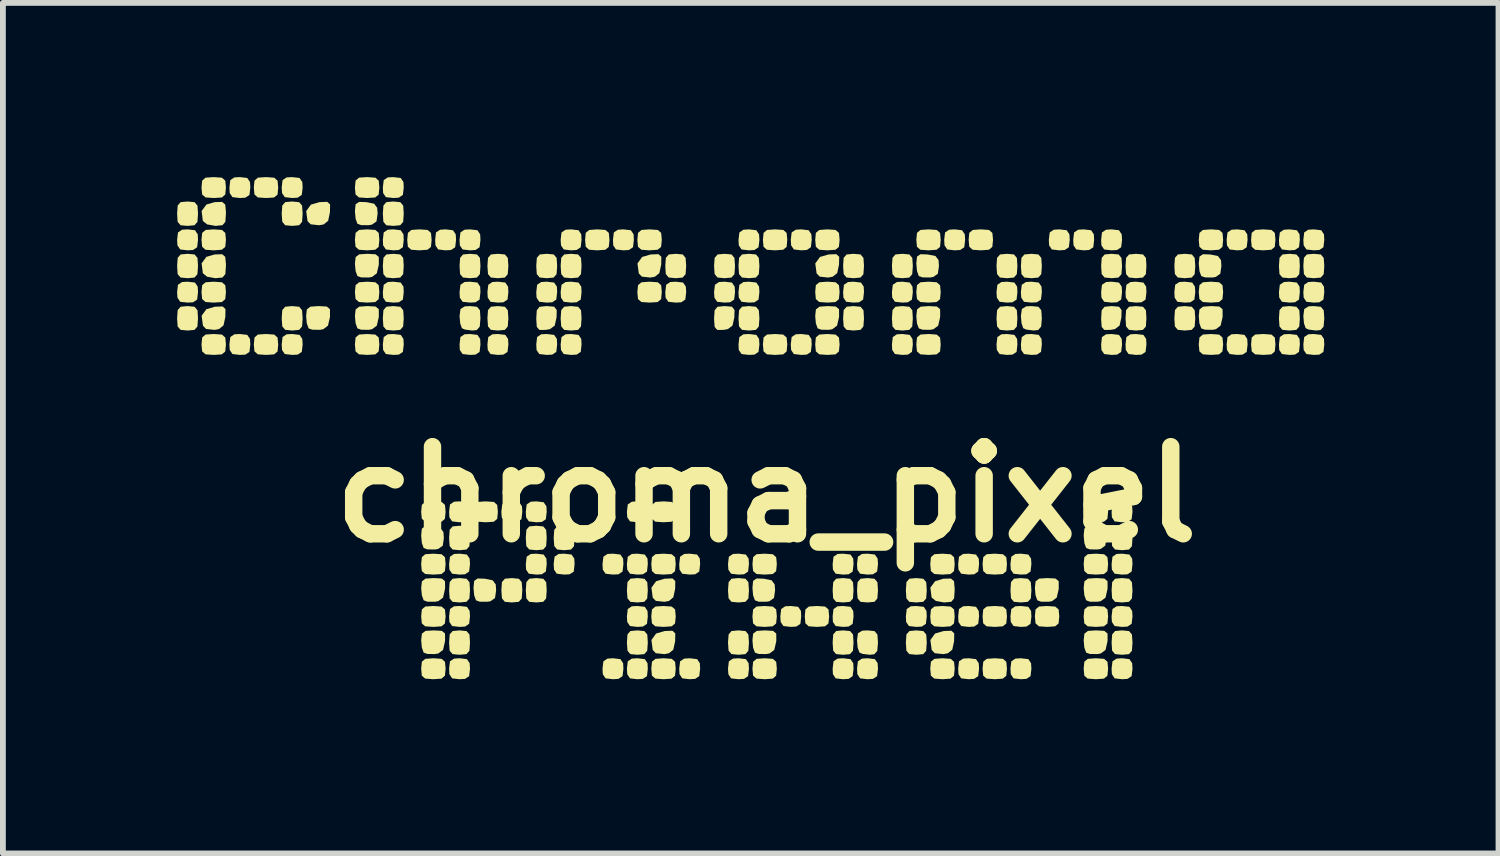
<source format=kicad_pcb>
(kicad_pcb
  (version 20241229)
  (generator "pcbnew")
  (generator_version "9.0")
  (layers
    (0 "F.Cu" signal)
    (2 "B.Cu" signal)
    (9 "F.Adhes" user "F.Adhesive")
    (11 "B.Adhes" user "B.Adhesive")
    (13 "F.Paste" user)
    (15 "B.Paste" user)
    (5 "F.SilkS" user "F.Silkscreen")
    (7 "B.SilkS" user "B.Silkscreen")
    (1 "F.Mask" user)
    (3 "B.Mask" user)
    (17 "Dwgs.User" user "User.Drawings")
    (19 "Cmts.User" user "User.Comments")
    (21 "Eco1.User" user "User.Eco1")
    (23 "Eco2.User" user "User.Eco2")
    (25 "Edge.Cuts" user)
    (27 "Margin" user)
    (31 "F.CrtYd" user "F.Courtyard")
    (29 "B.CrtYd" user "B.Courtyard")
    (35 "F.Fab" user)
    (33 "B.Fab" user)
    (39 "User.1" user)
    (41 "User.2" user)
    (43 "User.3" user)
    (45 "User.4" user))
  (footprint "chroma_pixel"
    (layer "F.Cu")
    (at 10.148 5.464)
    (property "Reference" "chroma_pixel" (at 0 0 0) (layer "F.SilkS") (effects (font (size 1.5 1.5) (thickness 0.3))))
    (attr board_only exclude_from_pos_files exclude_from_bom)
    (fp_poly (pts (xy -9.847 -5.032) (xy -9.797 -4.973) (xy -9.788 -4.834) (xy -9.798 -4.693) (xy -9.849 -4.635) (xy -9.968 -4.624) (xy -10.089 -4.635) (xy -10.139 -4.695) (xy -10.148 -4.834) (xy -10.138 -4.975) (xy -10.087 -5.033) (xy -9.968 -5.044)) (stroke (width 0) (type solid)) (fill yes) (layer "F.SilkS"))
    (fp_poly (pts (xy -9.847 -4.132) (xy -9.797 -4.072) (xy -9.788 -3.933) (xy -9.798 -3.792) (xy -9.849 -3.734) (xy -9.968 -3.723) (xy -10.089 -3.735) (xy -10.139 -3.794) (xy -10.148 -3.933) (xy -10.138 -4.074) (xy -10.087 -4.132) (xy -9.968 -4.143)) (stroke (width 0) (type solid)) (fill yes) (layer "F.SilkS"))
    (fp_poly (pts (xy -9.847 -3.231) (xy -9.797 -3.171) (xy -9.788 -3.032) (xy -9.798 -2.891) (xy -9.849 -2.833) (xy -9.968 -2.822) (xy -10.089 -2.834) (xy -10.139 -2.893) (xy -10.148 -3.032) (xy -10.138 -3.174) (xy -10.087 -3.232) (xy -9.968 -3.243)) (stroke (width 0) (type solid)) (fill yes) (layer "F.SilkS"))
    (fp_poly (pts (xy -9.84 -4.549) (xy -9.793 -4.479) (xy -9.788 -4.383) (xy -9.803 -4.256) (xy -9.873 -4.209) (xy -9.968 -4.203) (xy -10.095 -4.218) (xy -10.142 -4.288) (xy -10.148 -4.383) (xy -10.133 -4.511) (xy -10.063 -4.558) (xy -9.968 -4.564)) (stroke (width 0) (type solid)) (fill yes) (layer "F.SilkS"))
    (fp_poly (pts (xy -9.84 -3.648) (xy -9.793 -3.578) (xy -9.788 -3.483) (xy -9.803 -3.355) (xy -9.873 -3.308) (xy -9.968 -3.303) (xy -10.095 -3.317) (xy -10.142 -3.388) (xy -10.148 -3.483) (xy -10.133 -3.61) (xy -10.063 -3.657) (xy -9.968 -3.663)) (stroke (width 0) (type solid)) (fill yes) (layer "F.SilkS"))
    (fp_poly (pts (xy -9.376 -5.454) (xy -9.318 -5.403) (xy -9.307 -5.284) (xy -9.319 -5.163) (xy -9.378 -5.113) (xy -9.517 -5.104) (xy -9.659 -5.114) (xy -9.717 -5.165) (xy -9.728 -5.284) (xy -9.716 -5.405) (xy -9.657 -5.455) (xy -9.517 -5.464)) (stroke (width 0) (type solid)) (fill yes) (layer "F.SilkS"))
    (fp_poly (pts (xy -9.376 -4.554) (xy -9.318 -4.503) (xy -9.307 -4.383) (xy -9.319 -4.262) (xy -9.378 -4.213) (xy -9.517 -4.203) (xy -9.659 -4.213) (xy -9.717 -4.264) (xy -9.728 -4.383) (xy -9.716 -4.504) (xy -9.657 -4.554) (xy -9.517 -4.564)) (stroke (width 0) (type solid)) (fill yes) (layer "F.SilkS"))
    (fp_poly (pts (xy -9.376 -3.653) (xy -9.318 -3.602) (xy -9.307 -3.483) (xy -9.319 -3.362) (xy -9.378 -3.312) (xy -9.517 -3.303) (xy -9.659 -3.313) (xy -9.717 -3.364) (xy -9.728 -3.483) (xy -9.716 -3.604) (xy -9.657 -3.653) (xy -9.517 -3.663)) (stroke (width 0) (type solid)) (fill yes) (layer "F.SilkS"))
    (fp_poly (pts (xy -9.376 -2.752) (xy -9.318 -2.701) (xy -9.307 -2.582) (xy -9.319 -2.461) (xy -9.378 -2.411) (xy -9.517 -2.402) (xy -9.659 -2.412) (xy -9.717 -2.463) (xy -9.728 -2.582) (xy -9.716 -2.703) (xy -9.657 -2.753) (xy -9.517 -2.762)) (stroke (width 0) (type solid)) (fill yes) (layer "F.SilkS"))
    (fp_poly (pts (xy -9.315 -3.192) (xy -9.317 -3.064) (xy -9.318 -3.052) (xy -9.349 -2.91) (xy -9.425 -2.848) (xy -9.503 -2.833) (xy -9.65 -2.849) (xy -9.703 -2.905) (xy -9.726 -3.076) (xy -9.645 -3.188) (xy -9.498 -3.232) (xy -9.364 -3.236)) (stroke (width 0) (type solid)) (fill yes) (layer "F.SilkS"))
    (fp_poly (pts (xy -8.94 -5.449) (xy -8.893 -5.379) (xy -8.887 -5.284) (xy -8.902 -5.157) (xy -8.972 -5.11) (xy -9.067 -5.104) (xy -9.195 -5.119) (xy -9.242 -5.189) (xy -9.247 -5.284) (xy -9.232 -5.412) (xy -9.162 -5.459) (xy -9.067 -5.464)) (stroke (width 0) (type solid)) (fill yes) (layer "F.SilkS"))
    (fp_poly (pts (xy -8.94 -2.747) (xy -8.893 -2.677) (xy -8.887 -2.582) (xy -8.902 -2.454) (xy -8.972 -2.407) (xy -9.067 -2.402) (xy -9.195 -2.417) (xy -9.242 -2.487) (xy -9.247 -2.582) (xy -9.232 -2.71) (xy -9.162 -2.757) (xy -9.067 -2.762)) (stroke (width 0) (type solid)) (fill yes) (layer "F.SilkS"))
    (fp_poly (pts (xy -8.476 -5.454) (xy -8.418 -5.403) (xy -8.407 -5.284) (xy -8.418 -5.163) (xy -8.478 -5.113) (xy -8.617 -5.104) (xy -8.758 -5.114) (xy -8.816 -5.165) (xy -8.827 -5.284) (xy -8.815 -5.405) (xy -8.756 -5.455) (xy -8.617 -5.464)) (stroke (width 0) (type solid)) (fill yes) (layer "F.SilkS"))
    (fp_poly (pts (xy -8.476 -2.752) (xy -8.418 -2.701) (xy -8.407 -2.582) (xy -8.418 -2.461) (xy -8.478 -2.411) (xy -8.617 -2.402) (xy -8.758 -2.412) (xy -8.816 -2.463) (xy -8.827 -2.582) (xy -8.815 -2.703) (xy -8.756 -2.753) (xy -8.617 -2.762)) (stroke (width 0) (type solid)) (fill yes) (layer "F.SilkS"))
    (fp_poly (pts (xy -8.045 -5.032) (xy -7.996 -4.973) (xy -7.986 -4.834) (xy -7.996 -4.693) (xy -8.047 -4.635) (xy -8.166 -4.624) (xy -8.287 -4.635) (xy -8.337 -4.695) (xy -8.347 -4.834) (xy -8.337 -4.975) (xy -8.286 -5.033) (xy -8.166 -5.044)) (stroke (width 0) (type solid)) (fill yes) (layer "F.SilkS"))
    (fp_poly (pts (xy -8.045 -3.231) (xy -7.996 -3.171) (xy -7.986 -3.032) (xy -7.996 -2.891) (xy -8.047 -2.833) (xy -8.166 -2.822) (xy -8.287 -2.834) (xy -8.337 -2.893) (xy -8.347 -3.032) (xy -8.337 -3.174) (xy -8.286 -3.232) (xy -8.166 -3.243)) (stroke (width 0) (type solid)) (fill yes) (layer "F.SilkS"))
    (fp_poly (pts (xy -8.039 -5.449) (xy -7.992 -5.379) (xy -7.986 -5.284) (xy -8.001 -5.157) (xy -8.071 -5.11) (xy -8.166 -5.104) (xy -8.294 -5.119) (xy -8.341 -5.189) (xy -8.347 -5.284) (xy -8.332 -5.412) (xy -8.262 -5.459) (xy -8.166 -5.464)) (stroke (width 0) (type solid)) (fill yes) (layer "F.SilkS"))
    (fp_poly (pts (xy -8.039 -2.747) (xy -7.992 -2.677) (xy -7.986 -2.582) (xy -8.001 -2.454) (xy -8.071 -2.407) (xy -8.166 -2.402) (xy -8.294 -2.417) (xy -8.341 -2.487) (xy -8.347 -2.582) (xy -8.332 -2.71) (xy -8.262 -2.757) (xy -8.166 -2.762)) (stroke (width 0) (type solid)) (fill yes) (layer "F.SilkS"))
    (fp_poly (pts (xy -7.513 -4.993) (xy -7.516 -4.865) (xy -7.517 -4.853) (xy -7.547 -4.711) (xy -7.624 -4.649) (xy -7.701 -4.635) (xy -7.848 -4.651) (xy -7.902 -4.706) (xy -7.925 -4.878) (xy -7.844 -4.99) (xy -7.696 -5.033) (xy -7.562 -5.038)) (stroke (width 0) (type solid)) (fill yes) (layer "F.SilkS"))
    (fp_poly (pts (xy -6.734 -5.454) (xy -6.676 -5.403) (xy -6.665 -5.284) (xy -6.677 -5.163) (xy -6.736 -5.113) (xy -6.875 -5.104) (xy -7.017 -5.114) (xy -7.075 -5.165) (xy -7.086 -5.284) (xy -7.074 -5.405) (xy -7.014 -5.455) (xy -6.875 -5.464)) (stroke (width 0) (type solid)) (fill yes) (layer "F.SilkS"))
    (fp_poly (pts (xy -6.734 -4.554) (xy -6.676 -4.503) (xy -6.665 -4.383) (xy -6.677 -4.262) (xy -6.736 -4.213) (xy -6.875 -4.203) (xy -7.017 -4.213) (xy -7.075 -4.264) (xy -7.086 -4.383) (xy -7.074 -4.504) (xy -7.014 -4.554) (xy -6.875 -4.564)) (stroke (width 0) (type solid)) (fill yes) (layer "F.SilkS"))
    (fp_poly (pts (xy -6.734 -3.653) (xy -6.676 -3.602) (xy -6.665 -3.483) (xy -6.677 -3.362) (xy -6.736 -3.312) (xy -6.875 -3.303) (xy -7.017 -3.313) (xy -7.075 -3.364) (xy -7.086 -3.483) (xy -7.074 -3.604) (xy -7.014 -3.653) (xy -6.875 -3.663)) (stroke (width 0) (type solid)) (fill yes) (layer "F.SilkS"))
    (fp_poly (pts (xy -6.734 -2.752) (xy -6.676 -2.701) (xy -6.665 -2.582) (xy -6.677 -2.461) (xy -6.736 -2.411) (xy -6.875 -2.402) (xy -7.017 -2.412) (xy -7.075 -2.463) (xy -7.086 -2.582) (xy -7.074 -2.703) (xy -7.014 -2.753) (xy -6.875 -2.762)) (stroke (width 0) (type solid)) (fill yes) (layer "F.SilkS"))
    (fp_poly (pts (xy -6.304 -5.032) (xy -6.254 -4.973) (xy -6.245 -4.834) (xy -6.255 -4.693) (xy -6.306 -4.635) (xy -6.425 -4.624) (xy -6.546 -4.635) (xy -6.596 -4.695) (xy -6.605 -4.834) (xy -6.595 -4.975) (xy -6.544 -5.033) (xy -6.425 -5.044)) (stroke (width 0) (type solid)) (fill yes) (layer "F.SilkS"))
    (fp_poly (pts (xy -6.304 -4.132) (xy -6.254 -4.072) (xy -6.245 -3.933) (xy -6.255 -3.792) (xy -6.306 -3.734) (xy -6.425 -3.723) (xy -6.546 -3.735) (xy -6.596 -3.794) (xy -6.605 -3.933) (xy -6.595 -4.074) (xy -6.544 -4.132) (xy -6.425 -4.143)) (stroke (width 0) (type solid)) (fill yes) (layer "F.SilkS"))
    (fp_poly (pts (xy -6.304 -3.231) (xy -6.254 -3.171) (xy -6.245 -3.032) (xy -6.255 -2.891) (xy -6.306 -2.833) (xy -6.425 -2.822) (xy -6.546 -2.834) (xy -6.596 -2.893) (xy -6.605 -3.032) (xy -6.595 -3.174) (xy -6.544 -3.232) (xy -6.425 -3.243)) (stroke (width 0) (type solid)) (fill yes) (layer "F.SilkS"))
    (fp_poly (pts (xy -6.297 -5.449) (xy -6.25 -5.379) (xy -6.245 -5.284) (xy -6.26 -5.157) (xy -6.33 -5.11) (xy -6.425 -5.104) (xy -6.553 -5.119) (xy -6.6 -5.189) (xy -6.605 -5.284) (xy -6.59 -5.412) (xy -6.52 -5.459) (xy -6.425 -5.464)) (stroke (width 0) (type solid)) (fill yes) (layer "F.SilkS"))
    (fp_poly (pts (xy -6.297 -4.549) (xy -6.25 -4.479) (xy -6.245 -4.383) (xy -6.26 -4.256) (xy -6.33 -4.209) (xy -6.425 -4.203) (xy -6.553 -4.218) (xy -6.6 -4.288) (xy -6.605 -4.383) (xy -6.59 -4.511) (xy -6.52 -4.558) (xy -6.425 -4.564)) (stroke (width 0) (type solid)) (fill yes) (layer "F.SilkS"))
    (fp_poly (pts (xy -6.297 -3.648) (xy -6.25 -3.578) (xy -6.245 -3.483) (xy -6.26 -3.355) (xy -6.33 -3.308) (xy -6.425 -3.303) (xy -6.553 -3.317) (xy -6.6 -3.388) (xy -6.605 -3.483) (xy -6.59 -3.61) (xy -6.52 -3.657) (xy -6.425 -3.663)) (stroke (width 0) (type solid)) (fill yes) (layer "F.SilkS"))
    (fp_poly (pts (xy -6.297 -2.747) (xy -6.25 -2.677) (xy -6.245 -2.582) (xy -6.26 -2.454) (xy -6.33 -2.407) (xy -6.425 -2.402) (xy -6.553 -2.417) (xy -6.6 -2.487) (xy -6.605 -2.582) (xy -6.59 -2.71) (xy -6.52 -2.757) (xy -6.425 -2.762)) (stroke (width 0) (type solid)) (fill yes) (layer "F.SilkS"))
    (fp_poly (pts (xy -5.834 -4.554) (xy -5.776 -4.503) (xy -5.765 -4.383) (xy -5.776 -4.262) (xy -5.836 -4.213) (xy -5.975 -4.203) (xy -6.116 -4.213) (xy -6.174 -4.264) (xy -6.185 -4.383) (xy -6.173 -4.504) (xy -6.114 -4.554) (xy -5.975 -4.564)) (stroke (width 0) (type solid)) (fill yes) (layer "F.SilkS"))
    (fp_poly (pts (xy -5.593 0.13) (xy -5.535 0.181) (xy -5.524 0.3) (xy -5.536 0.421) (xy -5.595 0.471) (xy -5.735 0.48) (xy -5.876 0.47) (xy -5.934 0.419) (xy -5.945 0.3) (xy -5.933 0.179) (xy -5.874 0.13) (xy -5.735 0.12)) (stroke (width 0) (type solid)) (fill yes) (layer "F.SilkS"))
    (fp_poly (pts (xy -5.593 1.031) (xy -5.535 1.082) (xy -5.524 1.201) (xy -5.536 1.322) (xy -5.595 1.372) (xy -5.735 1.381) (xy -5.876 1.371) (xy -5.934 1.32) (xy -5.945 1.201) (xy -5.933 1.08) (xy -5.874 1.03) (xy -5.735 1.021)) (stroke (width 0) (type solid)) (fill yes) (layer "F.SilkS"))
    (fp_poly (pts (xy -5.593 1.932) (xy -5.535 1.982) (xy -5.524 2.102) (xy -5.536 2.223) (xy -5.595 2.272) (xy -5.735 2.282) (xy -5.876 2.272) (xy -5.934 2.221) (xy -5.945 2.102) (xy -5.933 1.981) (xy -5.874 1.931) (xy -5.735 1.922)) (stroke (width 0) (type solid)) (fill yes) (layer "F.SilkS"))
    (fp_poly (pts (xy -5.593 2.832) (xy -5.535 2.883) (xy -5.524 3.002) (xy -5.536 3.123) (xy -5.595 3.173) (xy -5.735 3.183) (xy -5.876 3.172) (xy -5.934 3.122) (xy -5.945 3.002) (xy -5.933 2.881) (xy -5.874 2.832) (xy -5.735 2.822)) (stroke (width 0) (type solid)) (fill yes) (layer "F.SilkS"))
    (fp_poly (pts (xy -5.397 -4.549) (xy -5.35 -4.479) (xy -5.344 -4.383) (xy -5.359 -4.256) (xy -5.429 -4.209) (xy -5.524 -4.203) (xy -5.652 -4.218) (xy -5.699 -4.288) (xy -5.704 -4.383) (xy -5.69 -4.511) (xy -5.619 -4.558) (xy -5.524 -4.564)) (stroke (width 0) (type solid)) (fill yes) (layer "F.SilkS"))
    (fp_poly (pts (xy -5.163 0.552) (xy -5.113 0.612) (xy -5.104 0.751) (xy -5.114 0.892) (xy -5.165 0.95) (xy -5.284 0.961) (xy -5.405 0.949) (xy -5.455 0.89) (xy -5.464 0.751) (xy -5.454 0.609) (xy -5.403 0.551) (xy -5.284 0.54)) (stroke (width 0) (type solid)) (fill yes) (layer "F.SilkS"))
    (fp_poly (pts (xy -5.163 1.453) (xy -5.113 1.512) (xy -5.104 1.651) (xy -5.114 1.793) (xy -5.165 1.85) (xy -5.284 1.861) (xy -5.405 1.85) (xy -5.455 1.79) (xy -5.464 1.651) (xy -5.454 1.51) (xy -5.403 1.452) (xy -5.284 1.441)) (stroke (width 0) (type solid)) (fill yes) (layer "F.SilkS"))
    (fp_poly (pts (xy -5.163 2.354) (xy -5.113 2.413) (xy -5.104 2.552) (xy -5.114 2.693) (xy -5.165 2.751) (xy -5.284 2.762) (xy -5.405 2.75) (xy -5.455 2.691) (xy -5.464 2.552) (xy -5.454 2.411) (xy -5.403 2.353) (xy -5.284 2.342)) (stroke (width 0) (type solid)) (fill yes) (layer "F.SilkS"))
    (fp_poly (pts (xy -5.157 0.135) (xy -5.11 0.205) (xy -5.104 0.3) (xy -5.119 0.428) (xy -5.189 0.475) (xy -5.284 0.48) (xy -5.412 0.465) (xy -5.459 0.395) (xy -5.464 0.3) (xy -5.449 0.173) (xy -5.379 0.126) (xy -5.284 0.12)) (stroke (width 0) (type solid)) (fill yes) (layer "F.SilkS"))
    (fp_poly (pts (xy -5.157 1.036) (xy -5.11 1.106) (xy -5.104 1.201) (xy -5.119 1.329) (xy -5.189 1.376) (xy -5.284 1.381) (xy -5.412 1.366) (xy -5.459 1.296) (xy -5.464 1.201) (xy -5.449 1.073) (xy -5.379 1.026) (xy -5.284 1.021)) (stroke (width 0) (type solid)) (fill yes) (layer "F.SilkS"))
    (fp_poly (pts (xy -5.157 1.936) (xy -5.11 2.007) (xy -5.104 2.102) (xy -5.119 2.229) (xy -5.189 2.276) (xy -5.284 2.282) (xy -5.412 2.267) (xy -5.459 2.197) (xy -5.464 2.102) (xy -5.449 1.974) (xy -5.379 1.927) (xy -5.284 1.922)) (stroke (width 0) (type solid)) (fill yes) (layer "F.SilkS"))
    (fp_poly (pts (xy -5.157 2.837) (xy -5.11 2.907) (xy -5.104 3.002) (xy -5.119 3.13) (xy -5.189 3.177) (xy -5.284 3.183) (xy -5.412 3.168) (xy -5.459 3.097) (xy -5.464 3.002) (xy -5.449 2.875) (xy -5.379 2.828) (xy -5.284 2.822)) (stroke (width 0) (type solid)) (fill yes) (layer "F.SilkS"))
    (fp_poly (pts (xy -4.983 -4.132) (xy -4.933 -4.072) (xy -4.924 -3.933) (xy -4.934 -3.792) (xy -4.985 -3.734) (xy -5.104 -3.723) (xy -5.225 -3.735) (xy -5.275 -3.794) (xy -5.284 -3.933) (xy -5.274 -4.074) (xy -5.223 -4.132) (xy -5.104 -4.143)) (stroke (width 0) (type solid)) (fill yes) (layer "F.SilkS"))
    (fp_poly (pts (xy -4.976 -4.549) (xy -4.929 -4.479) (xy -4.924 -4.383) (xy -4.939 -4.256) (xy -5.009 -4.209) (xy -5.104 -4.203) (xy -5.232 -4.218) (xy -5.279 -4.288) (xy -5.284 -4.383) (xy -5.269 -4.511) (xy -5.199 -4.558) (xy -5.104 -4.564)) (stroke (width 0) (type solid)) (fill yes) (layer "F.SilkS"))
    (fp_poly (pts (xy -4.976 -3.648) (xy -4.929 -3.578) (xy -4.924 -3.483) (xy -4.939 -3.355) (xy -5.009 -3.308) (xy -5.104 -3.303) (xy -5.232 -3.317) (xy -5.279 -3.388) (xy -5.284 -3.483) (xy -5.269 -3.61) (xy -5.199 -3.657) (xy -5.104 -3.663)) (stroke (width 0) (type solid)) (fill yes) (layer "F.SilkS"))
    (fp_poly (pts (xy -4.976 -2.747) (xy -4.929 -2.677) (xy -4.924 -2.582) (xy -4.939 -2.454) (xy -5.009 -2.407) (xy -5.104 -2.402) (xy -5.232 -2.417) (xy -5.279 -2.487) (xy -5.284 -2.582) (xy -5.269 -2.71) (xy -5.199 -2.757) (xy -5.104 -2.762)) (stroke (width 0) (type solid)) (fill yes) (layer "F.SilkS"))
    (fp_poly (pts (xy -4.693 0.13) (xy -4.635 0.181) (xy -4.624 0.3) (xy -4.635 0.421) (xy -4.695 0.471) (xy -4.834 0.48) (xy -4.975 0.47) (xy -5.033 0.419) (xy -5.044 0.3) (xy -5.032 0.179) (xy -4.973 0.13) (xy -4.834 0.12)) (stroke (width 0) (type solid)) (fill yes) (layer "F.SilkS"))
    (fp_poly (pts (xy -4.503 -4.132) (xy -4.453 -4.072) (xy -4.443 -3.933) (xy -4.454 -3.792) (xy -4.504 -3.734) (xy -4.624 -3.723) (xy -4.745 -3.735) (xy -4.794 -3.794) (xy -4.804 -3.933) (xy -4.794 -4.074) (xy -4.743 -4.132) (xy -4.624 -4.143)) (stroke (width 0) (type solid)) (fill yes) (layer "F.SilkS"))
    (fp_poly (pts (xy -4.503 -3.231) (xy -4.453 -3.171) (xy -4.443 -3.032) (xy -4.454 -2.891) (xy -4.504 -2.833) (xy -4.624 -2.822) (xy -4.745 -2.834) (xy -4.794 -2.893) (xy -4.804 -3.032) (xy -4.794 -3.174) (xy -4.743 -3.232) (xy -4.624 -3.243)) (stroke (width 0) (type solid)) (fill yes) (layer "F.SilkS"))
    (fp_poly (pts (xy -4.496 -3.648) (xy -4.449 -3.578) (xy -4.443 -3.483) (xy -4.458 -3.355) (xy -4.529 -3.308) (xy -4.624 -3.303) (xy -4.751 -3.317) (xy -4.798 -3.388) (xy -4.804 -3.483) (xy -4.789 -3.61) (xy -4.719 -3.657) (xy -4.624 -3.663)) (stroke (width 0) (type solid)) (fill yes) (layer "F.SilkS"))
    (fp_poly (pts (xy -4.496 -2.747) (xy -4.449 -2.677) (xy -4.443 -2.582) (xy -4.458 -2.454) (xy -4.529 -2.407) (xy -4.624 -2.402) (xy -4.751 -2.417) (xy -4.798 -2.487) (xy -4.804 -2.582) (xy -4.789 -2.71) (xy -4.719 -2.757) (xy -4.624 -2.762)) (stroke (width 0) (type solid)) (fill yes) (layer "F.SilkS"))
    (fp_poly (pts (xy -4.262 1.453) (xy -4.213 1.512) (xy -4.203 1.651) (xy -4.213 1.793) (xy -4.264 1.85) (xy -4.383 1.861) (xy -4.504 1.85) (xy -4.554 1.79) (xy -4.564 1.651) (xy -4.554 1.51) (xy -4.503 1.452) (xy -4.383 1.441)) (stroke (width 0) (type solid)) (fill yes) (layer "F.SilkS"))
    (fp_poly (pts (xy -4.256 0.135) (xy -4.209 0.205) (xy -4.203 0.3) (xy -4.218 0.428) (xy -4.288 0.475) (xy -4.383 0.48) (xy -4.511 0.465) (xy -4.558 0.395) (xy -4.564 0.3) (xy -4.549 0.173) (xy -4.479 0.126) (xy -4.383 0.12)) (stroke (width 0) (type solid)) (fill yes) (layer "F.SilkS"))
    (fp_poly (pts (xy -3.842 0.552) (xy -3.792 0.612) (xy -3.783 0.751) (xy -3.793 0.892) (xy -3.844 0.95) (xy -3.963 0.961) (xy -4.084 0.949) (xy -4.134 0.89) (xy -4.143 0.751) (xy -4.133 0.609) (xy -4.082 0.551) (xy -3.963 0.54)) (stroke (width 0) (type solid)) (fill yes) (layer "F.SilkS"))
    (fp_poly (pts (xy -3.842 1.453) (xy -3.792 1.512) (xy -3.783 1.651) (xy -3.793 1.793) (xy -3.844 1.85) (xy -3.963 1.861) (xy -4.084 1.85) (xy -4.134 1.79) (xy -4.143 1.651) (xy -4.133 1.51) (xy -4.082 1.452) (xy -3.963 1.441)) (stroke (width 0) (type solid)) (fill yes) (layer "F.SilkS"))
    (fp_poly (pts (xy -3.836 0.135) (xy -3.788 0.205) (xy -3.783 0.3) (xy -3.798 0.428) (xy -3.868 0.475) (xy -3.963 0.48) (xy -4.091 0.465) (xy -4.138 0.395) (xy -4.143 0.3) (xy -4.128 0.173) (xy -4.058 0.126) (xy -3.963 0.12)) (stroke (width 0) (type solid)) (fill yes) (layer "F.SilkS"))
    (fp_poly (pts (xy -3.836 1.036) (xy -3.788 1.106) (xy -3.783 1.201) (xy -3.798 1.329) (xy -3.868 1.376) (xy -3.963 1.381) (xy -4.091 1.366) (xy -4.138 1.296) (xy -4.143 1.201) (xy -4.128 1.073) (xy -4.058 1.026) (xy -3.963 1.021)) (stroke (width 0) (type solid)) (fill yes) (layer "F.SilkS"))
    (fp_poly (pts (xy -3.662 -4.132) (xy -3.612 -4.072) (xy -3.603 -3.933) (xy -3.613 -3.792) (xy -3.664 -3.734) (xy -3.783 -3.723) (xy -3.904 -3.735) (xy -3.954 -3.794) (xy -3.963 -3.933) (xy -3.953 -4.074) (xy -3.902 -4.132) (xy -3.783 -4.143)) (stroke (width 0) (type solid)) (fill yes) (layer "F.SilkS"))
    (fp_poly (pts (xy -3.655 -3.648) (xy -3.608 -3.578) (xy -3.603 -3.483) (xy -3.618 -3.355) (xy -3.688 -3.308) (xy -3.783 -3.303) (xy -3.911 -3.317) (xy -3.958 -3.388) (xy -3.963 -3.483) (xy -3.948 -3.61) (xy -3.878 -3.657) (xy -3.783 -3.663)) (stroke (width 0) (type solid)) (fill yes) (layer "F.SilkS"))
    (fp_poly (pts (xy -3.655 -2.747) (xy -3.608 -2.677) (xy -3.603 -2.582) (xy -3.618 -2.454) (xy -3.688 -2.407) (xy -3.783 -2.402) (xy -3.911 -2.417) (xy -3.958 -2.487) (xy -3.963 -2.582) (xy -3.948 -2.71) (xy -3.878 -2.757) (xy -3.783 -2.762)) (stroke (width 0) (type solid)) (fill yes) (layer "F.SilkS"))
    (fp_poly (pts (xy -3.362 0.552) (xy -3.312 0.612) (xy -3.303 0.751) (xy -3.313 0.892) (xy -3.364 0.95) (xy -3.483 0.961) (xy -3.604 0.949) (xy -3.653 0.89) (xy -3.663 0.751) (xy -3.653 0.609) (xy -3.602 0.551) (xy -3.483 0.54)) (stroke (width 0) (type solid)) (fill yes) (layer "F.SilkS"))
    (fp_poly (pts (xy -3.355 1.036) (xy -3.308 1.106) (xy -3.303 1.201) (xy -3.317 1.329) (xy -3.388 1.376) (xy -3.483 1.381) (xy -3.61 1.366) (xy -3.657 1.296) (xy -3.663 1.201) (xy -3.648 1.073) (xy -3.578 1.026) (xy -3.483 1.021)) (stroke (width 0) (type solid)) (fill yes) (layer "F.SilkS"))
    (fp_poly (pts (xy -3.242 -4.132) (xy -3.192 -4.072) (xy -3.183 -3.933) (xy -3.193 -3.792) (xy -3.243 -3.734) (xy -3.363 -3.723) (xy -3.484 -3.735) (xy -3.533 -3.794) (xy -3.543 -3.933) (xy -3.533 -4.074) (xy -3.482 -4.132) (xy -3.363 -4.143)) (stroke (width 0) (type solid)) (fill yes) (layer "F.SilkS"))
    (fp_poly (pts (xy -3.242 -3.231) (xy -3.192 -3.171) (xy -3.183 -3.032) (xy -3.193 -2.891) (xy -3.243 -2.833) (xy -3.363 -2.822) (xy -3.484 -2.834) (xy -3.533 -2.893) (xy -3.543 -3.032) (xy -3.533 -3.174) (xy -3.482 -3.232) (xy -3.363 -3.243)) (stroke (width 0) (type solid)) (fill yes) (layer "F.SilkS"))
    (fp_poly (pts (xy -3.235 -4.549) (xy -3.188 -4.479) (xy -3.183 -4.383) (xy -3.197 -4.256) (xy -3.268 -4.209) (xy -3.363 -4.203) (xy -3.49 -4.218) (xy -3.537 -4.288) (xy -3.543 -4.383) (xy -3.528 -4.511) (xy -3.458 -4.558) (xy -3.363 -4.564)) (stroke (width 0) (type solid)) (fill yes) (layer "F.SilkS"))
    (fp_poly (pts (xy -3.235 -3.648) (xy -3.188 -3.578) (xy -3.183 -3.483) (xy -3.197 -3.355) (xy -3.268 -3.308) (xy -3.363 -3.303) (xy -3.49 -3.317) (xy -3.537 -3.388) (xy -3.543 -3.483) (xy -3.528 -3.61) (xy -3.458 -3.657) (xy -3.363 -3.663)) (stroke (width 0) (type solid)) (fill yes) (layer "F.SilkS"))
    (fp_poly (pts (xy -3.235 -2.747) (xy -3.188 -2.677) (xy -3.183 -2.582) (xy -3.197 -2.454) (xy -3.268 -2.407) (xy -3.363 -2.402) (xy -3.49 -2.417) (xy -3.537 -2.487) (xy -3.543 -2.582) (xy -3.528 -2.71) (xy -3.458 -2.757) (xy -3.363 -2.762)) (stroke (width 0) (type solid)) (fill yes) (layer "F.SilkS"))
    (fp_poly (pts (xy -2.771 -4.554) (xy -2.713 -4.503) (xy -2.702 -4.383) (xy -2.714 -4.262) (xy -2.773 -4.213) (xy -2.912 -4.203) (xy -3.053 -4.213) (xy -3.111 -4.264) (xy -3.122 -4.383) (xy -3.111 -4.504) (xy -3.051 -4.554) (xy -2.912 -4.564)) (stroke (width 0) (type solid)) (fill yes) (layer "F.SilkS"))
    (fp_poly (pts (xy -2.514 1.036) (xy -2.467 1.106) (xy -2.462 1.201) (xy -2.477 1.329) (xy -2.547 1.376) (xy -2.642 1.381) (xy -2.77 1.366) (xy -2.817 1.296) (xy -2.822 1.201) (xy -2.807 1.073) (xy -2.737 1.026) (xy -2.642 1.021)) (stroke (width 0) (type solid)) (fill yes) (layer "F.SilkS"))
    (fp_poly (pts (xy -2.514 2.837) (xy -2.467 2.907) (xy -2.462 3.002) (xy -2.477 3.13) (xy -2.547 3.177) (xy -2.642 3.183) (xy -2.77 3.168) (xy -2.817 3.097) (xy -2.822 3.002) (xy -2.807 2.875) (xy -2.737 2.828) (xy -2.642 2.822)) (stroke (width 0) (type solid)) (fill yes) (layer "F.SilkS"))
    (fp_poly (pts (xy -2.334 -4.549) (xy -2.287 -4.479) (xy -2.282 -4.383) (xy -2.297 -4.256) (xy -2.367 -4.209) (xy -2.462 -4.203) (xy -2.59 -4.218) (xy -2.637 -4.288) (xy -2.642 -4.383) (xy -2.627 -4.511) (xy -2.557 -4.558) (xy -2.462 -4.564)) (stroke (width 0) (type solid)) (fill yes) (layer "F.SilkS"))
    (fp_poly (pts (xy -2.101 1.453) (xy -2.051 1.512) (xy -2.042 1.651) (xy -2.052 1.793) (xy -2.103 1.85) (xy -2.222 1.861) (xy -2.343 1.85) (xy -2.392 1.79) (xy -2.402 1.651) (xy -2.392 1.51) (xy -2.341 1.452) (xy -2.222 1.441)) (stroke (width 0) (type solid)) (fill yes) (layer "F.SilkS"))
    (fp_poly (pts (xy -2.101 2.354) (xy -2.051 2.413) (xy -2.042 2.552) (xy -2.052 2.693) (xy -2.103 2.751) (xy -2.222 2.762) (xy -2.343 2.75) (xy -2.392 2.691) (xy -2.402 2.552) (xy -2.392 2.411) (xy -2.341 2.353) (xy -2.222 2.342)) (stroke (width 0) (type solid)) (fill yes) (layer "F.SilkS"))
    (fp_poly (pts (xy -2.094 0.135) (xy -2.047 0.205) (xy -2.042 0.3) (xy -2.056 0.428) (xy -2.127 0.475) (xy -2.222 0.48) (xy -2.349 0.465) (xy -2.396 0.395) (xy -2.402 0.3) (xy -2.387 0.173) (xy -2.317 0.126) (xy -2.222 0.12)) (stroke (width 0) (type solid)) (fill yes) (layer "F.SilkS"))
    (fp_poly (pts (xy -2.094 1.036) (xy -2.047 1.106) (xy -2.042 1.201) (xy -2.056 1.329) (xy -2.127 1.376) (xy -2.222 1.381) (xy -2.349 1.366) (xy -2.396 1.296) (xy -2.402 1.201) (xy -2.387 1.073) (xy -2.317 1.026) (xy -2.222 1.021)) (stroke (width 0) (type solid)) (fill yes) (layer "F.SilkS"))
    (fp_poly (pts (xy -2.094 1.936) (xy -2.047 2.007) (xy -2.042 2.102) (xy -2.056 2.229) (xy -2.127 2.276) (xy -2.222 2.282) (xy -2.349 2.267) (xy -2.396 2.197) (xy -2.402 2.102) (xy -2.387 1.974) (xy -2.317 1.927) (xy -2.222 1.922)) (stroke (width 0) (type solid)) (fill yes) (layer "F.SilkS"))
    (fp_poly (pts (xy -2.094 2.837) (xy -2.047 2.907) (xy -2.042 3.002) (xy -2.056 3.13) (xy -2.127 3.177) (xy -2.222 3.183) (xy -2.349 3.168) (xy -2.396 3.097) (xy -2.402 3.002) (xy -2.387 2.875) (xy -2.317 2.828) (xy -2.222 2.822)) (stroke (width 0) (type solid)) (fill yes) (layer "F.SilkS"))
    (fp_poly (pts (xy -1.87 -4.554) (xy -1.812 -4.503) (xy -1.801 -4.383) (xy -1.813 -4.262) (xy -1.873 -4.213) (xy -2.012 -4.203) (xy -2.153 -4.213) (xy -2.211 -4.264) (xy -2.222 -4.383) (xy -2.21 -4.504) (xy -2.151 -4.554) (xy -2.012 -4.564)) (stroke (width 0) (type solid)) (fill yes) (layer "F.SilkS"))
    (fp_poly (pts (xy -1.87 -3.653) (xy -1.812 -3.602) (xy -1.801 -3.483) (xy -1.813 -3.362) (xy -1.873 -3.312) (xy -2.012 -3.303) (xy -2.153 -3.313) (xy -2.211 -3.364) (xy -2.222 -3.483) (xy -2.21 -3.604) (xy -2.151 -3.653) (xy -2.012 -3.663)) (stroke (width 0) (type solid)) (fill yes) (layer "F.SilkS"))
    (fp_poly (pts (xy -1.809 -4.092) (xy -1.811 -3.964) (xy -1.812 -3.952) (xy -1.843 -3.811) (xy -1.919 -3.749) (xy -1.997 -3.734) (xy -2.144 -3.75) (xy -2.197 -3.805) (xy -2.22 -3.977) (xy -2.139 -4.089) (xy -1.992 -4.132) (xy -1.858 -4.137)) (stroke (width 0) (type solid)) (fill yes) (layer "F.SilkS"))
    (fp_poly (pts (xy -1.63 0.13) (xy -1.572 0.181) (xy -1.561 0.3) (xy -1.573 0.421) (xy -1.632 0.471) (xy -1.771 0.48) (xy -1.913 0.47) (xy -1.971 0.419) (xy -1.982 0.3) (xy -1.97 0.179) (xy -1.91 0.13) (xy -1.771 0.12)) (stroke (width 0) (type solid)) (fill yes) (layer "F.SilkS"))
    (fp_poly (pts (xy -1.63 1.031) (xy -1.572 1.082) (xy -1.561 1.201) (xy -1.573 1.322) (xy -1.632 1.372) (xy -1.771 1.381) (xy -1.913 1.371) (xy -1.971 1.32) (xy -1.982 1.201) (xy -1.97 1.08) (xy -1.91 1.03) (xy -1.771 1.021)) (stroke (width 0) (type solid)) (fill yes) (layer "F.SilkS"))
    (fp_poly (pts (xy -1.63 1.932) (xy -1.572 1.982) (xy -1.561 2.102) (xy -1.573 2.223) (xy -1.632 2.272) (xy -1.771 2.282) (xy -1.913 2.272) (xy -1.971 2.221) (xy -1.982 2.102) (xy -1.97 1.981) (xy -1.91 1.931) (xy -1.771 1.922)) (stroke (width 0) (type solid)) (fill yes) (layer "F.SilkS"))
    (fp_poly (pts (xy -1.63 2.832) (xy -1.572 2.883) (xy -1.561 3.002) (xy -1.573 3.123) (xy -1.632 3.173) (xy -1.771 3.183) (xy -1.913 3.172) (xy -1.971 3.122) (xy -1.982 3.002) (xy -1.97 2.881) (xy -1.91 2.832) (xy -1.771 2.822)) (stroke (width 0) (type solid)) (fill yes) (layer "F.SilkS"))
    (fp_poly (pts (xy -1.569 1.492) (xy -1.571 1.62) (xy -1.572 1.632) (xy -1.603 1.774) (xy -1.679 1.836) (xy -1.757 1.85) (xy -1.904 1.834) (xy -1.957 1.779) (xy -1.98 1.607) (xy -1.899 1.495) (xy -1.752 1.452) (xy -1.618 1.447)) (stroke (width 0) (type solid)) (fill yes) (layer "F.SilkS"))
    (fp_poly (pts (xy -1.569 2.393) (xy -1.571 2.521) (xy -1.572 2.533) (xy -1.603 2.675) (xy -1.679 2.736) (xy -1.757 2.751) (xy -1.904 2.735) (xy -1.957 2.68) (xy -1.98 2.508) (xy -1.899 2.396) (xy -1.752 2.353) (xy -1.618 2.348)) (stroke (width 0) (type solid)) (fill yes) (layer "F.SilkS"))
    (fp_poly (pts (xy -1.44 -4.132) (xy -1.391 -4.072) (xy -1.381 -3.933) (xy -1.391 -3.792) (xy -1.442 -3.734) (xy -1.561 -3.723) (xy -1.682 -3.735) (xy -1.732 -3.794) (xy -1.741 -3.933) (xy -1.731 -4.074) (xy -1.68 -4.132) (xy -1.561 -4.143)) (stroke (width 0) (type solid)) (fill yes) (layer "F.SilkS"))
    (fp_poly (pts (xy -1.434 -3.648) (xy -1.387 -3.578) (xy -1.381 -3.483) (xy -1.396 -3.355) (xy -1.466 -3.308) (xy -1.561 -3.303) (xy -1.689 -3.317) (xy -1.736 -3.388) (xy -1.741 -3.483) (xy -1.726 -3.61) (xy -1.656 -3.657) (xy -1.561 -3.663)) (stroke (width 0) (type solid)) (fill yes) (layer "F.SilkS"))
    (fp_poly (pts (xy -1.193 1.036) (xy -1.146 1.106) (xy -1.141 1.201) (xy -1.156 1.329) (xy -1.226 1.376) (xy -1.321 1.381) (xy -1.449 1.366) (xy -1.496 1.296) (xy -1.501 1.201) (xy -1.486 1.073) (xy -1.416 1.026) (xy -1.321 1.021)) (stroke (width 0) (type solid)) (fill yes) (layer "F.SilkS"))
    (fp_poly (pts (xy -1.193 2.837) (xy -1.146 2.907) (xy -1.141 3.002) (xy -1.156 3.13) (xy -1.226 3.177) (xy -1.321 3.183) (xy -1.449 3.168) (xy -1.496 3.097) (xy -1.501 3.002) (xy -1.486 2.875) (xy -1.416 2.828) (xy -1.321 2.822)) (stroke (width 0) (type solid)) (fill yes) (layer "F.SilkS"))
    (fp_poly (pts (xy -0.6 -4.132) (xy -0.55 -4.072) (xy -0.54 -3.933) (xy -0.55 -3.792) (xy -0.601 -3.734) (xy -0.721 -3.723) (xy -0.842 -3.735) (xy -0.891 -3.794) (xy -0.901 -3.933) (xy -0.891 -4.074) (xy -0.84 -4.132) (xy -0.721 -4.143)) (stroke (width 0) (type solid)) (fill yes) (layer "F.SilkS"))
    (fp_poly (pts (xy -0.593 -3.648) (xy -0.546 -3.578) (xy -0.54 -3.483) (xy -0.555 -3.355) (xy -0.625 -3.308) (xy -0.721 -3.303) (xy -0.848 -3.317) (xy -0.895 -3.388) (xy -0.901 -3.483) (xy -0.886 -3.61) (xy -0.816 -3.657) (xy -0.721 -3.663)) (stroke (width 0) (type solid)) (fill yes) (layer "F.SilkS"))
    (fp_poly (pts (xy -0.359 1.453) (xy -0.31 1.512) (xy -0.3 1.651) (xy -0.31 1.793) (xy -0.361 1.85) (xy -0.48 1.861) (xy -0.601 1.85) (xy -0.651 1.79) (xy -0.661 1.651) (xy -0.65 1.51) (xy -0.6 1.452) (xy -0.48 1.441)) (stroke (width 0) (type solid)) (fill yes) (layer "F.SilkS"))
    (fp_poly (pts (xy -0.359 2.354) (xy -0.31 2.413) (xy -0.3 2.552) (xy -0.31 2.693) (xy -0.361 2.751) (xy -0.48 2.762) (xy -0.601 2.75) (xy -0.651 2.691) (xy -0.661 2.552) (xy -0.65 2.411) (xy -0.6 2.353) (xy -0.48 2.342)) (stroke (width 0) (type solid)) (fill yes) (layer "F.SilkS"))
    (fp_poly (pts (xy -0.353 1.036) (xy -0.306 1.106) (xy -0.3 1.201) (xy -0.315 1.329) (xy -0.385 1.376) (xy -0.48 1.381) (xy -0.608 1.366) (xy -0.655 1.296) (xy -0.661 1.201) (xy -0.646 1.073) (xy -0.575 1.026) (xy -0.48 1.021)) (stroke (width 0) (type solid)) (fill yes) (layer "F.SilkS"))
    (fp_poly (pts (xy -0.353 2.837) (xy -0.306 2.907) (xy -0.3 3.002) (xy -0.315 3.13) (xy -0.385 3.177) (xy -0.48 3.183) (xy -0.608 3.168) (xy -0.655 3.097) (xy -0.661 3.002) (xy -0.646 2.875) (xy -0.575 2.828) (xy -0.48 2.822)) (stroke (width 0) (type solid)) (fill yes) (layer "F.SilkS"))
    (fp_poly (pts (xy -0.179 -4.132) (xy -0.13 -4.072) (xy -0.12 -3.933) (xy -0.13 -3.792) (xy -0.181 -3.734) (xy -0.3 -3.723) (xy -0.421 -3.735) (xy -0.471 -3.794) (xy -0.48 -3.933) (xy -0.47 -4.074) (xy -0.419 -4.132) (xy -0.3 -4.143)) (stroke (width 0) (type solid)) (fill yes) (layer "F.SilkS"))
    (fp_poly (pts (xy -0.179 -3.231) (xy -0.13 -3.171) (xy -0.12 -3.032) (xy -0.13 -2.891) (xy -0.181 -2.833) (xy -0.3 -2.822) (xy -0.421 -2.834) (xy -0.471 -2.893) (xy -0.48 -3.032) (xy -0.47 -3.174) (xy -0.419 -3.232) (xy -0.3 -3.243)) (stroke (width 0) (type solid)) (fill yes) (layer "F.SilkS"))
    (fp_poly (pts (xy -0.173 -4.549) (xy -0.126 -4.479) (xy -0.12 -4.383) (xy -0.135 -4.256) (xy -0.205 -4.209) (xy -0.3 -4.203) (xy -0.428 -4.218) (xy -0.475 -4.288) (xy -0.48 -4.383) (xy -0.465 -4.511) (xy -0.395 -4.558) (xy -0.3 -4.564)) (stroke (width 0) (type solid)) (fill yes) (layer "F.SilkS"))
    (fp_poly (pts (xy -0.173 -3.648) (xy -0.126 -3.578) (xy -0.12 -3.483) (xy -0.135 -3.355) (xy -0.205 -3.308) (xy -0.3 -3.303) (xy -0.428 -3.317) (xy -0.475 -3.388) (xy -0.48 -3.483) (xy -0.465 -3.61) (xy -0.395 -3.657) (xy -0.3 -3.663)) (stroke (width 0) (type solid)) (fill yes) (layer "F.SilkS"))
    (fp_poly (pts (xy -0.173 -2.747) (xy -0.126 -2.677) (xy -0.12 -2.582) (xy -0.135 -2.454) (xy -0.205 -2.407) (xy -0.3 -2.402) (xy -0.428 -2.417) (xy -0.475 -2.487) (xy -0.48 -2.582) (xy -0.465 -2.71) (xy -0.395 -2.757) (xy -0.3 -2.762)) (stroke (width 0) (type solid)) (fill yes) (layer "F.SilkS"))
    (fp_poly (pts (xy 0.111 1.031) (xy 0.169 1.082) (xy 0.18 1.201) (xy 0.168 1.322) (xy 0.109 1.372) (xy -0.03 1.381) (xy -0.171 1.371) (xy -0.229 1.32) (xy -0.24 1.201) (xy -0.228 1.08) (xy -0.169 1.03) (xy -0.03 1.021)) (stroke (width 0) (type solid)) (fill yes) (layer "F.SilkS"))
    (fp_poly (pts (xy 0.111 1.932) (xy 0.169 1.982) (xy 0.18 2.102) (xy 0.168 2.223) (xy 0.109 2.272) (xy -0.03 2.282) (xy -0.171 2.272) (xy -0.229 2.221) (xy -0.24 2.102) (xy -0.228 1.981) (xy -0.169 1.931) (xy -0.03 1.922)) (stroke (width 0) (type solid)) (fill yes) (layer "F.SilkS"))
    (fp_poly (pts (xy 0.111 2.832) (xy 0.169 2.883) (xy 0.18 3.002) (xy 0.168 3.123) (xy 0.109 3.173) (xy -0.03 3.183) (xy -0.171 3.172) (xy -0.229 3.122) (xy -0.24 3.002) (xy -0.228 2.881) (xy -0.169 2.832) (xy -0.03 2.822)) (stroke (width 0) (type solid)) (fill yes) (layer "F.SilkS"))
    (fp_poly (pts (xy 0.291 -4.554) (xy 0.349 -4.503) (xy 0.36 -4.383) (xy 0.349 -4.262) (xy 0.289 -4.213) (xy 0.15 -4.203) (xy 0.009 -4.213) (xy -0.049 -4.264) (xy -0.06 -4.383) (xy -0.048 -4.504) (xy 0.011 -4.554) (xy 0.15 -4.564)) (stroke (width 0) (type solid)) (fill yes) (layer "F.SilkS"))
    (fp_poly (pts (xy 0.291 -2.752) (xy 0.349 -2.701) (xy 0.36 -2.582) (xy 0.349 -2.461) (xy 0.289 -2.411) (xy 0.15 -2.402) (xy 0.009 -2.412) (xy -0.049 -2.463) (xy -0.06 -2.582) (xy -0.048 -2.703) (xy 0.011 -2.753) (xy 0.15 -2.762)) (stroke (width 0) (type solid)) (fill yes) (layer "F.SilkS"))
    (fp_poly (pts (xy 0.548 1.936) (xy 0.595 2.007) (xy 0.6 2.102) (xy 0.586 2.229) (xy 0.515 2.276) (xy 0.42 2.282) (xy 0.293 2.267) (xy 0.246 2.197) (xy 0.24 2.102) (xy 0.255 1.974) (xy 0.325 1.927) (xy 0.42 1.922)) (stroke (width 0) (type solid)) (fill yes) (layer "F.SilkS"))
    (fp_poly (pts (xy 0.728 -4.549) (xy 0.775 -4.479) (xy 0.781 -4.383) (xy 0.766 -4.256) (xy 0.696 -4.209) (xy 0.6 -4.203) (xy 0.473 -4.218) (xy 0.426 -4.288) (xy 0.42 -4.383) (xy 0.435 -4.511) (xy 0.505 -4.558) (xy 0.6 -4.564)) (stroke (width 0) (type solid)) (fill yes) (layer "F.SilkS"))
    (fp_poly (pts (xy 0.728 -2.747) (xy 0.775 -2.677) (xy 0.781 -2.582) (xy 0.766 -2.454) (xy 0.696 -2.407) (xy 0.6 -2.402) (xy 0.473 -2.417) (xy 0.426 -2.487) (xy 0.42 -2.582) (xy 0.435 -2.71) (xy 0.505 -2.757) (xy 0.6 -2.762)) (stroke (width 0) (type solid)) (fill yes) (layer "F.SilkS"))
    (fp_poly (pts (xy 1.012 1.932) (xy 1.07 1.982) (xy 1.081 2.102) (xy 1.069 2.223) (xy 1.01 2.272) (xy 0.871 2.282) (xy 0.729 2.272) (xy 0.672 2.221) (xy 0.661 2.102) (xy 0.672 1.981) (xy 0.732 1.931) (xy 0.871 1.922)) (stroke (width 0) (type solid)) (fill yes) (layer "F.SilkS"))
    (fp_poly (pts (xy 1.192 -4.554) (xy 1.25 -4.503) (xy 1.261 -4.383) (xy 1.249 -4.262) (xy 1.19 -4.213) (xy 1.051 -4.203) (xy 0.91 -4.213) (xy 0.852 -4.264) (xy 0.841 -4.383) (xy 0.852 -4.504) (xy 0.912 -4.554) (xy 1.051 -4.564)) (stroke (width 0) (type solid)) (fill yes) (layer "F.SilkS"))
    (fp_poly (pts (xy 1.192 -3.653) (xy 1.25 -3.602) (xy 1.261 -3.483) (xy 1.249 -3.362) (xy 1.19 -3.312) (xy 1.051 -3.303) (xy 0.91 -3.313) (xy 0.852 -3.364) (xy 0.841 -3.483) (xy 0.852 -3.604) (xy 0.912 -3.653) (xy 1.051 -3.663)) (stroke (width 0) (type solid)) (fill yes) (layer "F.SilkS"))
    (fp_poly (pts (xy 1.192 -2.752) (xy 1.25 -2.701) (xy 1.261 -2.582) (xy 1.249 -2.461) (xy 1.19 -2.411) (xy 1.051 -2.402) (xy 0.91 -2.412) (xy 0.852 -2.463) (xy 0.841 -2.582) (xy 0.852 -2.703) (xy 0.912 -2.753) (xy 1.051 -2.762)) (stroke (width 0) (type solid)) (fill yes) (layer "F.SilkS"))
    (fp_poly (pts (xy 1.254 -4.092) (xy 1.251 -3.964) (xy 1.25 -3.952) (xy 1.22 -3.811) (xy 1.143 -3.749) (xy 1.065 -3.734) (xy 0.919 -3.75) (xy 0.865 -3.805) (xy 0.842 -3.977) (xy 0.923 -4.089) (xy 1.07 -4.132) (xy 1.205 -4.137)) (stroke (width 0) (type solid)) (fill yes) (layer "F.SilkS"))
    (fp_poly (pts (xy 1.442 1.453) (xy 1.492 1.512) (xy 1.501 1.651) (xy 1.491 1.793) (xy 1.44 1.85) (xy 1.321 1.861) (xy 1.2 1.85) (xy 1.15 1.79) (xy 1.141 1.651) (xy 1.151 1.51) (xy 1.202 1.452) (xy 1.321 1.441)) (stroke (width 0) (type solid)) (fill yes) (layer "F.SilkS"))
    (fp_poly (pts (xy 1.442 2.354) (xy 1.492 2.413) (xy 1.501 2.552) (xy 1.491 2.693) (xy 1.44 2.751) (xy 1.321 2.762) (xy 1.2 2.75) (xy 1.15 2.691) (xy 1.141 2.552) (xy 1.151 2.411) (xy 1.202 2.353) (xy 1.321 2.342)) (stroke (width 0) (type solid)) (fill yes) (layer "F.SilkS"))
    (fp_poly (pts (xy 1.449 1.036) (xy 1.496 1.106) (xy 1.501 1.201) (xy 1.486 1.329) (xy 1.416 1.376) (xy 1.321 1.381) (xy 1.193 1.366) (xy 1.146 1.296) (xy 1.141 1.201) (xy 1.156 1.073) (xy 1.226 1.026) (xy 1.321 1.021)) (stroke (width 0) (type solid)) (fill yes) (layer "F.SilkS"))
    (fp_poly (pts (xy 1.449 1.936) (xy 1.496 2.007) (xy 1.501 2.102) (xy 1.486 2.229) (xy 1.416 2.276) (xy 1.321 2.282) (xy 1.193 2.267) (xy 1.146 2.197) (xy 1.141 2.102) (xy 1.156 1.974) (xy 1.226 1.927) (xy 1.321 1.922)) (stroke (width 0) (type solid)) (fill yes) (layer "F.SilkS"))
    (fp_poly (pts (xy 1.449 2.837) (xy 1.496 2.907) (xy 1.501 3.002) (xy 1.486 3.13) (xy 1.416 3.177) (xy 1.321 3.183) (xy 1.193 3.168) (xy 1.146 3.097) (xy 1.141 3.002) (xy 1.156 2.875) (xy 1.226 2.828) (xy 1.321 2.822)) (stroke (width 0) (type solid)) (fill yes) (layer "F.SilkS"))
    (fp_poly (pts (xy 1.622 -4.132) (xy 1.672 -4.072) (xy 1.681 -3.933) (xy 1.671 -3.792) (xy 1.62 -3.734) (xy 1.501 -3.723) (xy 1.38 -3.735) (xy 1.331 -3.794) (xy 1.321 -3.933) (xy 1.331 -4.074) (xy 1.382 -4.132) (xy 1.501 -4.143)) (stroke (width 0) (type solid)) (fill yes) (layer "F.SilkS"))
    (fp_poly (pts (xy 1.622 -3.231) (xy 1.672 -3.171) (xy 1.681 -3.032) (xy 1.671 -2.891) (xy 1.62 -2.833) (xy 1.501 -2.822) (xy 1.38 -2.834) (xy 1.331 -2.893) (xy 1.321 -3.032) (xy 1.331 -3.174) (xy 1.382 -3.232) (xy 1.501 -3.243)) (stroke (width 0) (type solid)) (fill yes) (layer "F.SilkS"))
    (fp_poly (pts (xy 1.629 -3.648) (xy 1.676 -3.578) (xy 1.681 -3.483) (xy 1.666 -3.355) (xy 1.596 -3.308) (xy 1.501 -3.303) (xy 1.374 -3.317) (xy 1.327 -3.388) (xy 1.321 -3.483) (xy 1.336 -3.61) (xy 1.406 -3.657) (xy 1.501 -3.663)) (stroke (width 0) (type solid)) (fill yes) (layer "F.SilkS"))
    (fp_poly (pts (xy 1.862 1.453) (xy 1.912 1.512) (xy 1.922 1.651) (xy 1.911 1.793) (xy 1.861 1.85) (xy 1.741 1.861) (xy 1.62 1.85) (xy 1.571 1.79) (xy 1.561 1.651) (xy 1.571 1.51) (xy 1.622 1.452) (xy 1.741 1.441)) (stroke (width 0) (type solid)) (fill yes) (layer "F.SilkS"))
    (fp_poly (pts (xy 1.869 1.036) (xy 1.916 1.106) (xy 1.922 1.201) (xy 1.907 1.329) (xy 1.836 1.376) (xy 1.741 1.381) (xy 1.614 1.366) (xy 1.567 1.296) (xy 1.561 1.201) (xy 1.576 1.073) (xy 1.646 1.026) (xy 1.741 1.021)) (stroke (width 0) (type solid)) (fill yes) (layer "F.SilkS"))
    (fp_poly (pts (xy 1.869 2.837) (xy 1.916 2.907) (xy 1.922 3.002) (xy 1.907 3.13) (xy 1.836 3.177) (xy 1.741 3.183) (xy 1.614 3.168) (xy 1.567 3.097) (xy 1.561 3.002) (xy 1.576 2.875) (xy 1.646 2.828) (xy 1.741 2.822)) (stroke (width 0) (type solid)) (fill yes) (layer "F.SilkS"))
    (fp_poly (pts (xy 2.463 -4.132) (xy 2.513 -4.072) (xy 2.522 -3.933) (xy 2.512 -3.792) (xy 2.461 -3.734) (xy 2.342 -3.723) (xy 2.221 -3.735) (xy 2.171 -3.794) (xy 2.162 -3.933) (xy 2.172 -4.074) (xy 2.223 -4.132) (xy 2.342 -4.143)) (stroke (width 0) (type solid)) (fill yes) (layer "F.SilkS"))
    (fp_poly (pts (xy 2.463 -3.231) (xy 2.513 -3.171) (xy 2.522 -3.032) (xy 2.512 -2.891) (xy 2.461 -2.833) (xy 2.342 -2.822) (xy 2.221 -2.834) (xy 2.171 -2.893) (xy 2.162 -3.032) (xy 2.172 -3.174) (xy 2.223 -3.232) (xy 2.342 -3.243)) (stroke (width 0) (type solid)) (fill yes) (layer "F.SilkS"))
    (fp_poly (pts (xy 2.469 -3.648) (xy 2.516 -3.578) (xy 2.522 -3.483) (xy 2.507 -3.355) (xy 2.437 -3.308) (xy 2.342 -3.303) (xy 2.214 -3.317) (xy 2.167 -3.388) (xy 2.162 -3.483) (xy 2.177 -3.61) (xy 2.247 -3.657) (xy 2.342 -3.663)) (stroke (width 0) (type solid)) (fill yes) (layer "F.SilkS"))
    (fp_poly (pts (xy 2.469 -2.747) (xy 2.516 -2.677) (xy 2.522 -2.582) (xy 2.507 -2.454) (xy 2.437 -2.407) (xy 2.342 -2.402) (xy 2.214 -2.417) (xy 2.167 -2.487) (xy 2.162 -2.582) (xy 2.177 -2.71) (xy 2.247 -2.757) (xy 2.342 -2.762)) (stroke (width 0) (type solid)) (fill yes) (layer "F.SilkS"))
    (fp_poly (pts (xy 2.703 1.453) (xy 2.753 1.512) (xy 2.762 1.651) (xy 2.752 1.793) (xy 2.701 1.85) (xy 2.582 1.861) (xy 2.461 1.85) (xy 2.411 1.79) (xy 2.402 1.651) (xy 2.412 1.51) (xy 2.463 1.452) (xy 2.582 1.441)) (stroke (width 0) (type solid)) (fill yes) (layer "F.SilkS"))
    (fp_poly (pts (xy 2.703 2.354) (xy 2.753 2.413) (xy 2.762 2.552) (xy 2.752 2.693) (xy 2.701 2.751) (xy 2.582 2.762) (xy 2.461 2.75) (xy 2.411 2.691) (xy 2.402 2.552) (xy 2.412 2.411) (xy 2.463 2.353) (xy 2.582 2.342)) (stroke (width 0) (type solid)) (fill yes) (layer "F.SilkS"))
    (fp_poly (pts (xy 2.71 1.936) (xy 2.757 2.007) (xy 2.762 2.102) (xy 2.747 2.229) (xy 2.677 2.276) (xy 2.582 2.282) (xy 2.454 2.267) (xy 2.407 2.197) (xy 2.402 2.102) (xy 2.417 1.974) (xy 2.487 1.927) (xy 2.582 1.922)) (stroke (width 0) (type solid)) (fill yes) (layer "F.SilkS"))
    (fp_poly (pts (xy 2.933 -4.554) (xy 2.991 -4.503) (xy 3.002 -4.383) (xy 2.991 -4.262) (xy 2.931 -4.213) (xy 2.792 -4.203) (xy 2.651 -4.213) (xy 2.593 -4.264) (xy 2.582 -4.383) (xy 2.594 -4.504) (xy 2.653 -4.554) (xy 2.792 -4.564)) (stroke (width 0) (type solid)) (fill yes) (layer "F.SilkS"))
    (fp_poly (pts (xy 2.933 -3.653) (xy 2.991 -3.602) (xy 3.002 -3.483) (xy 2.991 -3.362) (xy 2.931 -3.312) (xy 2.792 -3.303) (xy 2.651 -3.313) (xy 2.593 -3.364) (xy 2.582 -3.483) (xy 2.594 -3.604) (xy 2.653 -3.653) (xy 2.792 -3.663)) (stroke (width 0) (type solid)) (fill yes) (layer "F.SilkS"))
    (fp_poly (pts (xy 2.933 -2.752) (xy 2.991 -2.701) (xy 3.002 -2.582) (xy 2.991 -2.461) (xy 2.931 -2.411) (xy 2.792 -2.402) (xy 2.651 -2.412) (xy 2.593 -2.463) (xy 2.582 -2.582) (xy 2.594 -2.703) (xy 2.653 -2.753) (xy 2.792 -2.762)) (stroke (width 0) (type solid)) (fill yes) (layer "F.SilkS"))
    (fp_poly (pts (xy 3.174 1.031) (xy 3.232 1.082) (xy 3.243 1.201) (xy 3.231 1.322) (xy 3.171 1.372) (xy 3.032 1.381) (xy 2.891 1.371) (xy 2.833 1.32) (xy 2.822 1.201) (xy 2.834 1.08) (xy 2.893 1.03) (xy 3.032 1.021)) (stroke (width 0) (type solid)) (fill yes) (layer "F.SilkS"))
    (fp_poly (pts (xy 3.174 1.932) (xy 3.232 1.982) (xy 3.243 2.102) (xy 3.231 2.223) (xy 3.171 2.272) (xy 3.032 2.282) (xy 2.891 2.272) (xy 2.833 2.221) (xy 2.822 2.102) (xy 2.834 1.981) (xy 2.893 1.931) (xy 3.032 1.922)) (stroke (width 0) (type solid)) (fill yes) (layer "F.SilkS"))
    (fp_poly (pts (xy 3.174 2.832) (xy 3.232 2.883) (xy 3.243 3.002) (xy 3.231 3.123) (xy 3.171 3.173) (xy 3.032 3.183) (xy 2.891 3.172) (xy 2.833 3.122) (xy 2.822 3.002) (xy 2.834 2.881) (xy 2.893 2.832) (xy 3.032 2.822)) (stroke (width 0) (type solid)) (fill yes) (layer "F.SilkS"))
    (fp_poly (pts (xy 3.235 2.393) (xy 3.233 2.521) (xy 3.232 2.533) (xy 3.201 2.675) (xy 3.125 2.736) (xy 3.047 2.751) (xy 2.9 2.735) (xy 2.847 2.68) (xy 2.824 2.508) (xy 2.905 2.396) (xy 3.052 2.353) (xy 3.186 2.348)) (stroke (width 0) (type solid)) (fill yes) (layer "F.SilkS"))
    (fp_poly (pts (xy 3.37 -4.549) (xy 3.417 -4.479) (xy 3.423 -4.383) (xy 3.408 -4.256) (xy 3.338 -4.209) (xy 3.243 -4.203) (xy 3.115 -4.218) (xy 3.068 -4.288) (xy 3.062 -4.383) (xy 3.077 -4.511) (xy 3.147 -4.558) (xy 3.243 -4.564)) (stroke (width 0) (type solid)) (fill yes) (layer "F.SilkS"))
    (fp_poly (pts (xy 3.61 1.036) (xy 3.657 1.106) (xy 3.663 1.201) (xy 3.648 1.329) (xy 3.578 1.376) (xy 3.483 1.381) (xy 3.355 1.366) (xy 3.308 1.296) (xy 3.303 1.201) (xy 3.317 1.073) (xy 3.388 1.026) (xy 3.483 1.021)) (stroke (width 0) (type solid)) (fill yes) (layer "F.SilkS"))
    (fp_poly (pts (xy 3.61 1.936) (xy 3.657 2.007) (xy 3.663 2.102) (xy 3.648 2.229) (xy 3.578 2.276) (xy 3.483 2.282) (xy 3.355 2.267) (xy 3.308 2.197) (xy 3.303 2.102) (xy 3.317 1.974) (xy 3.388 1.927) (xy 3.483 1.922)) (stroke (width 0) (type solid)) (fill yes) (layer "F.SilkS"))
    (fp_poly (pts (xy 3.61 2.837) (xy 3.657 2.907) (xy 3.663 3.002) (xy 3.648 3.13) (xy 3.578 3.177) (xy 3.483 3.183) (xy 3.355 3.168) (xy 3.308 3.097) (xy 3.303 3.002) (xy 3.317 2.875) (xy 3.388 2.828) (xy 3.483 2.822)) (stroke (width 0) (type solid)) (fill yes) (layer "F.SilkS"))
    (fp_poly (pts (xy 3.834 -4.554) (xy 3.892 -4.503) (xy 3.903 -4.383) (xy 3.891 -4.262) (xy 3.832 -4.213) (xy 3.693 -4.203) (xy 3.552 -4.213) (xy 3.494 -4.264) (xy 3.483 -4.383) (xy 3.494 -4.504) (xy 3.554 -4.554) (xy 3.693 -4.564)) (stroke (width 0) (type solid)) (fill yes) (layer "F.SilkS"))
    (fp_poly (pts (xy 4.074 1.031) (xy 4.132 1.082) (xy 4.143 1.201) (xy 4.132 1.322) (xy 4.072 1.372) (xy 3.933 1.381) (xy 3.792 1.371) (xy 3.734 1.32) (xy 3.723 1.201) (xy 3.735 1.08) (xy 3.794 1.03) (xy 3.933 1.021)) (stroke (width 0) (type solid)) (fill yes) (layer "F.SilkS"))
    (fp_poly (pts (xy 4.074 1.932) (xy 4.132 1.982) (xy 4.143 2.102) (xy 4.132 2.223) (xy 4.072 2.272) (xy 3.933 2.282) (xy 3.792 2.272) (xy 3.734 2.221) (xy 3.723 2.102) (xy 3.735 1.981) (xy 3.794 1.931) (xy 3.933 1.922)) (stroke (width 0) (type solid)) (fill yes) (layer "F.SilkS"))
    (fp_poly (pts (xy 4.074 2.832) (xy 4.132 2.883) (xy 4.143 3.002) (xy 4.132 3.123) (xy 4.072 3.173) (xy 3.933 3.183) (xy 3.792 3.172) (xy 3.734 3.122) (xy 3.723 3.002) (xy 3.735 2.881) (xy 3.794 2.832) (xy 3.933 2.822)) (stroke (width 0) (type solid)) (fill yes) (layer "F.SilkS"))
    (fp_poly (pts (xy 4.264 -4.132) (xy 4.314 -4.072) (xy 4.323 -3.933) (xy 4.313 -3.792) (xy 4.262 -3.734) (xy 4.143 -3.723) (xy 4.022 -3.735) (xy 3.973 -3.794) (xy 3.963 -3.933) (xy 3.973 -4.074) (xy 4.024 -4.132) (xy 4.143 -4.143)) (stroke (width 0) (type solid)) (fill yes) (layer "F.SilkS"))
    (fp_poly (pts (xy 4.264 -3.231) (xy 4.314 -3.171) (xy 4.323 -3.032) (xy 4.313 -2.891) (xy 4.262 -2.833) (xy 4.143 -2.822) (xy 4.022 -2.834) (xy 3.973 -2.893) (xy 3.963 -3.032) (xy 3.973 -3.174) (xy 4.024 -3.232) (xy 4.143 -3.243)) (stroke (width 0) (type solid)) (fill yes) (layer "F.SilkS"))
    (fp_poly (pts (xy 4.271 -3.648) (xy 4.318 -3.578) (xy 4.323 -3.483) (xy 4.309 -3.355) (xy 4.238 -3.308) (xy 4.143 -3.303) (xy 4.016 -3.317) (xy 3.969 -3.388) (xy 3.963 -3.483) (xy 3.978 -3.61) (xy 4.048 -3.657) (xy 4.143 -3.663)) (stroke (width 0) (type solid)) (fill yes) (layer "F.SilkS"))
    (fp_poly (pts (xy 4.271 -2.747) (xy 4.318 -2.677) (xy 4.323 -2.582) (xy 4.309 -2.454) (xy 4.238 -2.407) (xy 4.143 -2.402) (xy 4.016 -2.417) (xy 3.969 -2.487) (xy 3.963 -2.582) (xy 3.978 -2.71) (xy 4.048 -2.757) (xy 4.143 -2.762)) (stroke (width 0) (type solid)) (fill yes) (layer "F.SilkS"))
    (fp_poly (pts (xy 4.504 1.453) (xy 4.554 1.512) (xy 4.564 1.651) (xy 4.554 1.793) (xy 4.503 1.85) (xy 4.383 1.861) (xy 4.262 1.85) (xy 4.213 1.79) (xy 4.203 1.651) (xy 4.213 1.51) (xy 4.264 1.452) (xy 4.383 1.441)) (stroke (width 0) (type solid)) (fill yes) (layer "F.SilkS"))
    (fp_poly (pts (xy 4.511 1.036) (xy 4.558 1.106) (xy 4.564 1.201) (xy 4.549 1.329) (xy 4.479 1.376) (xy 4.383 1.381) (xy 4.256 1.366) (xy 4.209 1.296) (xy 4.203 1.201) (xy 4.218 1.073) (xy 4.288 1.026) (xy 4.383 1.021)) (stroke (width 0) (type solid)) (fill yes) (layer "F.SilkS"))
    (fp_poly (pts (xy 4.511 1.936) (xy 4.558 2.007) (xy 4.564 2.102) (xy 4.549 2.229) (xy 4.479 2.276) (xy 4.383 2.282) (xy 4.256 2.267) (xy 4.209 2.197) (xy 4.203 2.102) (xy 4.218 1.974) (xy 4.288 1.927) (xy 4.383 1.922)) (stroke (width 0) (type solid)) (fill yes) (layer "F.SilkS"))
    (fp_poly (pts (xy 4.511 2.837) (xy 4.558 2.907) (xy 4.564 3.002) (xy 4.549 3.13) (xy 4.479 3.177) (xy 4.383 3.183) (xy 4.256 3.168) (xy 4.209 3.097) (xy 4.203 3.002) (xy 4.218 2.875) (xy 4.288 2.828) (xy 4.383 2.822)) (stroke (width 0) (type solid)) (fill yes) (layer "F.SilkS"))
    (fp_poly (pts (xy 4.685 -4.132) (xy 4.734 -4.072) (xy 4.744 -3.933) (xy 4.734 -3.792) (xy 4.683 -3.734) (xy 4.564 -3.723) (xy 4.443 -3.735) (xy 4.393 -3.794) (xy 4.383 -3.933) (xy 4.393 -4.074) (xy 4.444 -4.132) (xy 4.564 -4.143)) (stroke (width 0) (type solid)) (fill yes) (layer "F.SilkS"))
    (fp_poly (pts (xy 4.691 -3.648) (xy 4.738 -3.578) (xy 4.744 -3.483) (xy 4.729 -3.355) (xy 4.659 -3.308) (xy 4.564 -3.303) (xy 4.436 -3.317) (xy 4.389 -3.388) (xy 4.383 -3.483) (xy 4.398 -3.61) (xy 4.469 -3.657) (xy 4.564 -3.663)) (stroke (width 0) (type solid)) (fill yes) (layer "F.SilkS"))
    (fp_poly (pts (xy 4.691 -2.747) (xy 4.738 -2.677) (xy 4.744 -2.582) (xy 4.729 -2.454) (xy 4.659 -2.407) (xy 4.564 -2.402) (xy 4.436 -2.417) (xy 4.389 -2.487) (xy 4.383 -2.582) (xy 4.398 -2.71) (xy 4.469 -2.757) (xy 4.564 -2.762)) (stroke (width 0) (type solid)) (fill yes) (layer "F.SilkS"))
    (fp_poly (pts (xy 4.975 1.932) (xy 5.033 1.982) (xy 5.044 2.102) (xy 5.032 2.223) (xy 4.973 2.272) (xy 4.834 2.282) (xy 4.693 2.272) (xy 4.635 2.221) (xy 4.624 2.102) (xy 4.635 1.981) (xy 4.695 1.931) (xy 4.834 1.922)) (stroke (width 0) (type solid)) (fill yes) (layer "F.SilkS"))
    (fp_poly (pts (xy 5.172 -4.549) (xy 5.219 -4.479) (xy 5.224 -4.383) (xy 5.209 -4.256) (xy 5.139 -4.209) (xy 5.044 -4.203) (xy 4.916 -4.218) (xy 4.869 -4.288) (xy 4.864 -4.383) (xy 4.879 -4.511) (xy 4.949 -4.558) (xy 5.044 -4.564)) (stroke (width 0) (type solid)) (fill yes) (layer "F.SilkS"))
    (fp_poly (pts (xy 5.592 -4.549) (xy 5.639 -4.479) (xy 5.644 -4.383) (xy 5.63 -4.256) (xy 5.559 -4.209) (xy 5.464 -4.203) (xy 5.337 -4.218) (xy 5.29 -4.288) (xy 5.284 -4.383) (xy 5.299 -4.511) (xy 5.369 -4.558) (xy 5.464 -4.564)) (stroke (width 0) (type solid)) (fill yes) (layer "F.SilkS"))
    (fp_poly (pts (xy 5.816 0.13) (xy 5.874 0.181) (xy 5.885 0.3) (xy 5.873 0.421) (xy 5.813 0.471) (xy 5.674 0.48) (xy 5.533 0.47) (xy 5.475 0.419) (xy 5.464 0.3) (xy 5.476 0.179) (xy 5.535 0.13) (xy 5.674 0.12)) (stroke (width 0) (type solid)) (fill yes) (layer "F.SilkS"))
    (fp_poly (pts (xy 5.816 1.031) (xy 5.874 1.082) (xy 5.885 1.201) (xy 5.873 1.322) (xy 5.813 1.372) (xy 5.674 1.381) (xy 5.533 1.371) (xy 5.475 1.32) (xy 5.464 1.201) (xy 5.476 1.08) (xy 5.535 1.03) (xy 5.674 1.021)) (stroke (width 0) (type solid)) (fill yes) (layer "F.SilkS"))
    (fp_poly (pts (xy 5.816 1.932) (xy 5.874 1.982) (xy 5.885 2.102) (xy 5.873 2.223) (xy 5.813 2.272) (xy 5.674 2.282) (xy 5.533 2.272) (xy 5.475 2.221) (xy 5.464 2.102) (xy 5.476 1.981) (xy 5.535 1.931) (xy 5.674 1.922)) (stroke (width 0) (type solid)) (fill yes) (layer "F.SilkS"))
    (fp_poly (pts (xy 5.816 2.832) (xy 5.874 2.883) (xy 5.885 3.002) (xy 5.873 3.123) (xy 5.813 3.173) (xy 5.674 3.183) (xy 5.533 3.172) (xy 5.475 3.122) (xy 5.464 3.002) (xy 5.476 2.881) (xy 5.535 2.832) (xy 5.674 2.822)) (stroke (width 0) (type solid)) (fill yes) (layer "F.SilkS"))
    (fp_poly (pts (xy 6.066 -4.132) (xy 6.115 -4.072) (xy 6.125 -3.933) (xy 6.115 -3.792) (xy 6.064 -3.734) (xy 5.945 -3.723) (xy 5.824 -3.735) (xy 5.774 -3.794) (xy 5.765 -3.933) (xy 5.775 -4.074) (xy 5.826 -4.132) (xy 5.945 -4.143)) (stroke (width 0) (type solid)) (fill yes) (layer "F.SilkS"))
    (fp_poly (pts (xy 6.072 -4.549) (xy 6.119 -4.479) (xy 6.125 -4.383) (xy 6.11 -4.256) (xy 6.04 -4.209) (xy 5.945 -4.203) (xy 5.817 -4.218) (xy 5.77 -4.288) (xy 5.765 -4.383) (xy 5.779 -4.511) (xy 5.85 -4.558) (xy 5.945 -4.564)) (stroke (width 0) (type solid)) (fill yes) (layer "F.SilkS"))
    (fp_poly (pts (xy 6.072 -3.648) (xy 6.119 -3.578) (xy 6.125 -3.483) (xy 6.11 -3.355) (xy 6.04 -3.308) (xy 5.945 -3.303) (xy 5.817 -3.317) (xy 5.77 -3.388) (xy 5.765 -3.483) (xy 5.779 -3.61) (xy 5.85 -3.657) (xy 5.945 -3.663)) (stroke (width 0) (type solid)) (fill yes) (layer "F.SilkS"))
    (fp_poly (pts (xy 6.072 -2.747) (xy 6.119 -2.677) (xy 6.125 -2.582) (xy 6.11 -2.454) (xy 6.04 -2.407) (xy 5.945 -2.402) (xy 5.817 -2.417) (xy 5.77 -2.487) (xy 5.765 -2.582) (xy 5.779 -2.71) (xy 5.85 -2.757) (xy 5.945 -2.762)) (stroke (width 0) (type solid)) (fill yes) (layer "F.SilkS"))
    (fp_poly (pts (xy 6.246 0.552) (xy 6.295 0.612) (xy 6.305 0.751) (xy 6.295 0.892) (xy 6.244 0.95) (xy 6.125 0.961) (xy 6.004 0.949) (xy 5.954 0.89) (xy 5.945 0.751) (xy 5.955 0.609) (xy 6.006 0.551) (xy 6.125 0.54)) (stroke (width 0) (type solid)) (fill yes) (layer "F.SilkS"))
    (fp_poly (pts (xy 6.246 1.453) (xy 6.295 1.512) (xy 6.305 1.651) (xy 6.295 1.793) (xy 6.244 1.85) (xy 6.125 1.861) (xy 6.004 1.85) (xy 5.954 1.79) (xy 5.945 1.651) (xy 5.955 1.51) (xy 6.006 1.452) (xy 6.125 1.441)) (stroke (width 0) (type solid)) (fill yes) (layer "F.SilkS"))
    (fp_poly (pts (xy 6.246 2.354) (xy 6.295 2.413) (xy 6.305 2.552) (xy 6.295 2.693) (xy 6.244 2.751) (xy 6.125 2.762) (xy 6.004 2.75) (xy 5.954 2.691) (xy 5.945 2.552) (xy 5.955 2.411) (xy 6.006 2.353) (xy 6.125 2.342)) (stroke (width 0) (type solid)) (fill yes) (layer "F.SilkS"))
    (fp_poly (pts (xy 6.252 0.135) (xy 6.299 0.205) (xy 6.305 0.3) (xy 6.29 0.428) (xy 6.22 0.475) (xy 6.125 0.48) (xy 5.997 0.465) (xy 5.95 0.395) (xy 5.945 0.3) (xy 5.96 0.173) (xy 6.03 0.126) (xy 6.125 0.12)) (stroke (width 0) (type solid)) (fill yes) (layer "F.SilkS"))
    (fp_poly (pts (xy 6.252 1.036) (xy 6.299 1.106) (xy 6.305 1.201) (xy 6.29 1.329) (xy 6.22 1.376) (xy 6.125 1.381) (xy 5.997 1.366) (xy 5.95 1.296) (xy 5.945 1.201) (xy 5.96 1.073) (xy 6.03 1.026) (xy 6.125 1.021)) (stroke (width 0) (type solid)) (fill yes) (layer "F.SilkS"))
    (fp_poly (pts (xy 6.252 1.936) (xy 6.299 2.007) (xy 6.305 2.102) (xy 6.29 2.229) (xy 6.22 2.276) (xy 6.125 2.282) (xy 5.997 2.267) (xy 5.95 2.197) (xy 5.945 2.102) (xy 5.96 1.974) (xy 6.03 1.927) (xy 6.125 1.922)) (stroke (width 0) (type solid)) (fill yes) (layer "F.SilkS"))
    (fp_poly (pts (xy 6.252 2.837) (xy 6.299 2.907) (xy 6.305 3.002) (xy 6.29 3.13) (xy 6.22 3.177) (xy 6.125 3.183) (xy 5.997 3.168) (xy 5.95 3.097) (xy 5.945 3.002) (xy 5.96 2.875) (xy 6.03 2.828) (xy 6.125 2.822)) (stroke (width 0) (type solid)) (fill yes) (layer "F.SilkS"))
    (fp_poly (pts (xy 6.486 -4.132) (xy 6.536 -4.072) (xy 6.545 -3.933) (xy 6.535 -3.792) (xy 6.484 -3.734) (xy 6.365 -3.723) (xy 6.244 -3.735) (xy 6.194 -3.794) (xy 6.185 -3.933) (xy 6.195 -4.074) (xy 6.246 -4.132) (xy 6.365 -4.143)) (stroke (width 0) (type solid)) (fill yes) (layer "F.SilkS"))
    (fp_poly (pts (xy 6.486 -3.231) (xy 6.536 -3.171) (xy 6.545 -3.032) (xy 6.535 -2.891) (xy 6.484 -2.833) (xy 6.365 -2.822) (xy 6.244 -2.834) (xy 6.194 -2.893) (xy 6.185 -3.032) (xy 6.195 -3.174) (xy 6.246 -3.232) (xy 6.365 -3.243)) (stroke (width 0) (type solid)) (fill yes) (layer "F.SilkS"))
    (fp_poly (pts (xy 6.493 -3.648) (xy 6.54 -3.578) (xy 6.545 -3.483) (xy 6.53 -3.355) (xy 6.46 -3.308) (xy 6.365 -3.303) (xy 6.237 -3.317) (xy 6.19 -3.388) (xy 6.185 -3.483) (xy 6.2 -3.61) (xy 6.27 -3.657) (xy 6.365 -3.663)) (stroke (width 0) (type solid)) (fill yes) (layer "F.SilkS"))
    (fp_poly (pts (xy 6.493 -2.747) (xy 6.54 -2.677) (xy 6.545 -2.582) (xy 6.53 -2.454) (xy 6.46 -2.407) (xy 6.365 -2.402) (xy 6.237 -2.417) (xy 6.19 -2.487) (xy 6.185 -2.582) (xy 6.2 -2.71) (xy 6.27 -2.757) (xy 6.365 -2.762)) (stroke (width 0) (type solid)) (fill yes) (layer "F.SilkS"))
    (fp_poly (pts (xy 7.327 -4.132) (xy 7.376 -4.072) (xy 7.386 -3.933) (xy 7.376 -3.792) (xy 7.325 -3.734) (xy 7.206 -3.723) (xy 7.085 -3.735) (xy 7.035 -3.794) (xy 7.026 -3.933) (xy 7.036 -4.074) (xy 7.087 -4.132) (xy 7.206 -4.143)) (stroke (width 0) (type solid)) (fill yes) (layer "F.SilkS"))
    (fp_poly (pts (xy 7.327 -3.231) (xy 7.376 -3.171) (xy 7.386 -3.032) (xy 7.376 -2.891) (xy 7.325 -2.833) (xy 7.206 -2.822) (xy 7.085 -2.834) (xy 7.035 -2.893) (xy 7.026 -3.032) (xy 7.036 -3.174) (xy 7.087 -3.232) (xy 7.206 -3.243)) (stroke (width 0) (type solid)) (fill yes) (layer "F.SilkS"))
    (fp_poly (pts (xy 7.333 -3.648) (xy 7.38 -3.578) (xy 7.386 -3.483) (xy 7.371 -3.355) (xy 7.301 -3.308) (xy 7.206 -3.303) (xy 7.078 -3.317) (xy 7.031 -3.388) (xy 7.026 -3.483) (xy 7.04 -3.61) (xy 7.111 -3.657) (xy 7.206 -3.663)) (stroke (width 0) (type solid)) (fill yes) (layer "F.SilkS"))
    (fp_poly (pts (xy 7.797 -4.554) (xy 7.855 -4.503) (xy 7.866 -4.383) (xy 7.854 -4.262) (xy 7.795 -4.213) (xy 7.656 -4.203) (xy 7.515 -4.213) (xy 7.457 -4.264) (xy 7.446 -4.383) (xy 7.458 -4.504) (xy 7.517 -4.554) (xy 7.656 -4.564)) (stroke (width 0) (type solid)) (fill yes) (layer "F.SilkS"))
    (fp_poly (pts (xy 7.797 -3.653) (xy 7.855 -3.602) (xy 7.866 -3.483) (xy 7.854 -3.362) (xy 7.795 -3.312) (xy 7.656 -3.303) (xy 7.515 -3.313) (xy 7.457 -3.364) (xy 7.446 -3.483) (xy 7.458 -3.604) (xy 7.517 -3.653) (xy 7.656 -3.663)) (stroke (width 0) (type solid)) (fill yes) (layer "F.SilkS"))
    (fp_poly (pts (xy 7.797 -2.752) (xy 7.855 -2.701) (xy 7.866 -2.582) (xy 7.854 -2.461) (xy 7.795 -2.411) (xy 7.656 -2.402) (xy 7.515 -2.412) (xy 7.457 -2.463) (xy 7.446 -2.582) (xy 7.458 -2.703) (xy 7.517 -2.753) (xy 7.656 -2.762)) (stroke (width 0) (type solid)) (fill yes) (layer "F.SilkS"))
    (fp_poly (pts (xy 8.234 -4.549) (xy 8.281 -4.479) (xy 8.287 -4.383) (xy 8.272 -4.256) (xy 8.201 -4.209) (xy 8.106 -4.203) (xy 7.979 -4.218) (xy 7.932 -4.288) (xy 7.926 -4.383) (xy 7.941 -4.511) (xy 8.011 -4.558) (xy 8.106 -4.564)) (stroke (width 0) (type solid)) (fill yes) (layer "F.SilkS"))
    (fp_poly (pts (xy 8.234 -2.747) (xy 8.281 -2.677) (xy 8.287 -2.582) (xy 8.272 -2.454) (xy 8.201 -2.407) (xy 8.106 -2.402) (xy 7.979 -2.417) (xy 7.932 -2.487) (xy 7.926 -2.582) (xy 7.941 -2.71) (xy 8.011 -2.757) (xy 8.106 -2.762)) (stroke (width 0) (type solid)) (fill yes) (layer "F.SilkS"))
    (fp_poly (pts (xy 8.698 -4.554) (xy 8.756 -4.503) (xy 8.767 -4.383) (xy 8.755 -4.262) (xy 8.696 -4.213) (xy 8.557 -4.203) (xy 8.416 -4.213) (xy 8.358 -4.264) (xy 8.347 -4.383) (xy 8.358 -4.504) (xy 8.418 -4.554) (xy 8.557 -4.564)) (stroke (width 0) (type solid)) (fill yes) (layer "F.SilkS"))
    (fp_poly (pts (xy 8.698 -2.752) (xy 8.756 -2.701) (xy 8.767 -2.582) (xy 8.755 -2.461) (xy 8.696 -2.411) (xy 8.557 -2.402) (xy 8.416 -2.412) (xy 8.358 -2.463) (xy 8.347 -2.582) (xy 8.358 -2.703) (xy 8.418 -2.753) (xy 8.557 -2.762)) (stroke (width 0) (type solid)) (fill yes) (layer "F.SilkS"))
    (fp_poly (pts (xy 9.128 -4.132) (xy 9.178 -4.072) (xy 9.187 -3.933) (xy 9.177 -3.792) (xy 9.126 -3.734) (xy 9.007 -3.723) (xy 8.886 -3.735) (xy 8.836 -3.794) (xy 8.827 -3.933) (xy 8.837 -4.074) (xy 8.888 -4.132) (xy 9.007 -4.143)) (stroke (width 0) (type solid)) (fill yes) (layer "F.SilkS"))
    (fp_poly (pts (xy 9.128 -3.231) (xy 9.178 -3.171) (xy 9.187 -3.032) (xy 9.177 -2.891) (xy 9.126 -2.833) (xy 9.007 -2.822) (xy 8.886 -2.834) (xy 8.836 -2.893) (xy 8.827 -3.032) (xy 8.837 -3.174) (xy 8.888 -3.232) (xy 9.007 -3.243)) (stroke (width 0) (type solid)) (fill yes) (layer "F.SilkS"))
    (fp_poly (pts (xy 9.135 -4.549) (xy 9.182 -4.479) (xy 9.187 -4.383) (xy 9.172 -4.256) (xy 9.102 -4.209) (xy 9.007 -4.203) (xy 8.879 -4.218) (xy 8.832 -4.288) (xy 8.827 -4.383) (xy 8.842 -4.511) (xy 8.912 -4.558) (xy 9.007 -4.564)) (stroke (width 0) (type solid)) (fill yes) (layer "F.SilkS"))
    (fp_poly (pts (xy 9.135 -3.648) (xy 9.182 -3.578) (xy 9.187 -3.483) (xy 9.172 -3.355) (xy 9.102 -3.308) (xy 9.007 -3.303) (xy 8.879 -3.317) (xy 8.832 -3.388) (xy 8.827 -3.483) (xy 8.842 -3.61) (xy 8.912 -3.657) (xy 9.007 -3.663)) (stroke (width 0) (type solid)) (fill yes) (layer "F.SilkS"))
    (fp_poly (pts (xy 9.135 -2.747) (xy 9.182 -2.677) (xy 9.187 -2.582) (xy 9.172 -2.454) (xy 9.102 -2.407) (xy 9.007 -2.402) (xy 8.879 -2.417) (xy 8.832 -2.487) (xy 8.827 -2.582) (xy 8.842 -2.71) (xy 8.912 -2.757) (xy 9.007 -2.762)) (stroke (width 0) (type solid)) (fill yes) (layer "F.SilkS"))
    (fp_poly (pts (xy 9.548 -4.132) (xy 9.598 -4.072) (xy 9.608 -3.933) (xy 9.598 -3.792) (xy 9.547 -3.734) (xy 9.427 -3.723) (xy 9.306 -3.735) (xy 9.257 -3.794) (xy 9.247 -3.933) (xy 9.257 -4.074) (xy 9.308 -4.132) (xy 9.427 -4.143)) (stroke (width 0) (type solid)) (fill yes) (layer "F.SilkS"))
    (fp_poly (pts (xy 9.555 -4.549) (xy 9.602 -4.479) (xy 9.608 -4.383) (xy 9.593 -4.256) (xy 9.523 -4.209) (xy 9.427 -4.203) (xy 9.3 -4.218) (xy 9.253 -4.288) (xy 9.247 -4.383) (xy 9.262 -4.511) (xy 9.332 -4.558) (xy 9.427 -4.564)) (stroke (width 0) (type solid)) (fill yes) (layer "F.SilkS"))
    (fp_poly (pts (xy 9.555 -3.648) (xy 9.602 -3.578) (xy 9.608 -3.483) (xy 9.593 -3.355) (xy 9.523 -3.308) (xy 9.427 -3.303) (xy 9.3 -3.317) (xy 9.253 -3.388) (xy 9.247 -3.483) (xy 9.262 -3.61) (xy 9.332 -3.657) (xy 9.427 -3.663)) (stroke (width 0) (type solid)) (fill yes) (layer "F.SilkS"))
    (fp_poly (pts (xy 9.555 -2.747) (xy 9.602 -2.677) (xy 9.608 -2.582) (xy 9.593 -2.454) (xy 9.523 -2.407) (xy 9.427 -2.402) (xy 9.3 -2.417) (xy 9.253 -2.487) (xy 9.247 -2.582) (xy 9.262 -2.71) (xy 9.332 -2.757) (xy 9.427 -2.762)) (stroke (width 0) (type solid)) (fill yes) (layer "F.SilkS"))
    (fp_poly (pts (xy -9.319 -4.991) (xy -9.307 -4.864) (xy -9.307 -4.838) (xy -9.317 -4.695) (xy -9.366 -4.636) (xy -9.486 -4.624) (xy -9.489 -4.624) (xy -9.632 -4.65) (xy -9.705 -4.71) (xy -9.726 -4.88) (xy -9.643 -4.992) (xy -9.502 -5.033) (xy -9.372 -5.037)) (stroke (width 0) (type solid)) (fill yes) (layer "F.SilkS"))
    (fp_poly (pts (xy -9.319 -4.091) (xy -9.307 -3.963) (xy -9.307 -3.937) (xy -9.317 -3.794) (xy -9.366 -3.735) (xy -9.486 -3.723) (xy -9.489 -3.723) (xy -9.632 -3.749) (xy -9.705 -3.809) (xy -9.726 -3.979) (xy -9.643 -4.091) (xy -9.502 -4.132) (xy -9.372 -4.136)) (stroke (width 0) (type solid)) (fill yes) (layer "F.SilkS"))
    (fp_poly (pts (xy -6.89 -5.033) (xy -6.755 -5.006) (xy -6.703 -4.936) (xy -6.695 -4.834) (xy -6.714 -4.701) (xy -6.792 -4.646) (xy -6.848 -4.636) (xy -6.979 -4.637) (xy -7.043 -4.661) (xy -7.074 -4.747) (xy -7.086 -4.878) (xy -7.074 -4.996) (xy -7.014 -5.037)) (stroke (width 0) (type solid)) (fill yes) (layer "F.SilkS"))
    (fp_poly (pts (xy -5.75 0.552) (xy -5.614 0.579) (xy -5.562 0.649) (xy -5.554 0.751) (xy -5.573 0.883) (xy -5.651 0.939) (xy -5.707 0.949) (xy -5.838 0.947) (xy -5.902 0.923) (xy -5.933 0.837) (xy -5.945 0.707) (xy -5.933 0.589) (xy -5.873 0.547)) (stroke (width 0) (type solid)) (fill yes) (layer "F.SilkS"))
    (fp_poly (pts (xy -4.983 -3.231) (xy -4.933 -3.171) (xy -4.924 -3.032) (xy -4.936 -2.89) (xy -4.986 -2.831) (xy -5.064 -2.822) (xy -5.19 -2.838) (xy -5.244 -2.862) (xy -5.273 -2.946) (xy -5.284 -3.072) (xy -5.268 -3.193) (xy -5.194 -3.238) (xy -5.104 -3.243)) (stroke (width 0) (type solid)) (fill yes) (layer "F.SilkS"))
    (fp_poly (pts (xy -4.849 1.452) (xy -4.714 1.479) (xy -4.661 1.55) (xy -4.654 1.651) (xy -4.673 1.784) (xy -4.75 1.84) (xy -4.806 1.849) (xy -4.937 1.848) (xy -5.001 1.824) (xy -5.032 1.738) (xy -5.044 1.607) (xy -5.032 1.489) (xy -4.972 1.448)) (stroke (width 0) (type solid)) (fill yes) (layer "F.SilkS"))
    (fp_poly (pts (xy -0.045 1.452) (xy 0.09 1.479) (xy 0.143 1.55) (xy 0.15 1.651) (xy 0.131 1.784) (xy 0.053 1.84) (xy -0.002 1.849) (xy -0.133 1.848) (xy -0.197 1.824) (xy -0.229 1.738) (xy -0.24 1.607) (xy -0.228 1.489) (xy -0.168 1.448)) (stroke (width 0) (type solid)) (fill yes) (layer "F.SilkS"))
    (fp_poly (pts (xy 1.862 2.354) (xy 1.912 2.413) (xy 1.922 2.552) (xy 1.91 2.695) (xy 1.859 2.753) (xy 1.781 2.762) (xy 1.655 2.747) (xy 1.601 2.722) (xy 1.572 2.638) (xy 1.561 2.512) (xy 1.577 2.391) (xy 1.651 2.347) (xy 1.741 2.342)) (stroke (width 0) (type solid)) (fill yes) (layer "F.SilkS"))
    (fp_poly (pts (xy 2.777 -4.132) (xy 2.912 -4.105) (xy 2.965 -4.035) (xy 2.972 -3.933) (xy 2.953 -3.8) (xy 2.876 -3.745) (xy 2.82 -3.735) (xy 2.689 -3.737) (xy 2.625 -3.76) (xy 2.594 -3.846) (xy 2.582 -3.977) (xy 2.594 -4.095) (xy 2.654 -4.136)) (stroke (width 0) (type solid)) (fill yes) (layer "F.SilkS"))
    (fp_poly (pts (xy 3.231 1.494) (xy 3.242 1.621) (xy 3.243 1.647) (xy 3.233 1.79) (xy 3.184 1.85) (xy 3.064 1.861) (xy 3.061 1.861) (xy 2.918 1.835) (xy 2.845 1.775) (xy 2.824 1.605) (xy 2.907 1.494) (xy 3.048 1.452) (xy 3.177 1.449)) (stroke (width 0) (type solid)) (fill yes) (layer "F.SilkS"))
    (fp_poly (pts (xy 4.685 -3.231) (xy 4.734 -3.171) (xy 4.744 -3.032) (xy 4.732 -2.89) (xy 4.681 -2.831) (xy 4.604 -2.822) (xy 4.478 -2.838) (xy 4.423 -2.862) (xy 4.394 -2.946) (xy 4.383 -3.072) (xy 4.4 -3.193) (xy 4.473 -3.238) (xy 4.564 -3.243)) (stroke (width 0) (type solid)) (fill yes) (layer "F.SilkS"))
    (fp_poly (pts (xy 5.659 0.552) (xy 5.795 0.579) (xy 5.847 0.649) (xy 5.855 0.751) (xy 5.836 0.883) (xy 5.758 0.939) (xy 5.702 0.949) (xy 5.571 0.947) (xy 5.507 0.923) (xy 5.476 0.837) (xy 5.464 0.707) (xy 5.476 0.589) (xy 5.536 0.547)) (stroke (width 0) (type solid)) (fill yes) (layer "F.SilkS"))
    (fp_poly (pts (xy 7.641 -4.132) (xy 7.776 -4.105) (xy 7.829 -4.035) (xy 7.836 -3.933) (xy 7.817 -3.8) (xy 7.74 -3.745) (xy 7.684 -3.735) (xy 7.553 -3.737) (xy 7.489 -3.76) (xy 7.458 -3.846) (xy 7.446 -3.977) (xy 7.458 -4.095) (xy 7.518 -4.136)) (stroke (width 0) (type solid)) (fill yes) (layer "F.SilkS"))
    (fp_poly (pts (xy 9.548 -3.231) (xy 9.598 -3.171) (xy 9.608 -3.032) (xy 9.596 -2.89) (xy 9.545 -2.831) (xy 9.467 -2.822) (xy 9.341 -2.838) (xy 9.287 -2.862) (xy 9.258 -2.946) (xy 9.247 -3.072) (xy 9.263 -3.193) (xy 9.337 -3.238) (xy 9.427 -3.243)) (stroke (width 0) (type solid)) (fill yes) (layer "F.SilkS"))
    (fp_poly (pts (xy -7.571 -3.235) (xy -7.516 -3.189) (xy -7.515 -3.071) (xy -7.517 -3.047) (xy -7.55 -2.906) (xy -7.63 -2.845) (xy -7.688 -2.834) (xy -7.819 -2.836) (xy -7.883 -2.859) (xy -7.915 -2.946) (xy -7.926 -3.072) (xy -7.914 -3.186) (xy -7.852 -3.233) (xy -7.712 -3.243)) (stroke (width 0) (type solid)) (fill yes) (layer "F.SilkS"))
    (fp_poly (pts (xy -6.73 -4.135) (xy -6.675 -4.089) (xy -6.674 -3.972) (xy -6.676 -3.948) (xy -6.709 -3.807) (xy -6.789 -3.746) (xy -6.848 -3.735) (xy -6.979 -3.737) (xy -7.043 -3.76) (xy -7.074 -3.846) (xy -7.086 -3.973) (xy -7.073 -4.087) (xy -7.012 -4.134) (xy -6.872 -4.143)) (stroke (width 0) (type solid)) (fill yes) (layer "F.SilkS"))
    (fp_poly (pts (xy -6.73 -3.235) (xy -6.675 -3.189) (xy -6.674 -3.071) (xy -6.676 -3.047) (xy -6.709 -2.906) (xy -6.789 -2.845) (xy -6.848 -2.834) (xy -6.979 -2.836) (xy -7.043 -2.859) (xy -7.074 -2.946) (xy -7.086 -3.072) (xy -7.073 -3.186) (xy -7.012 -3.233) (xy -6.872 -3.243)) (stroke (width 0) (type solid)) (fill yes) (layer "F.SilkS"))
    (fp_poly (pts (xy -5.589 1.449) (xy -5.534 1.495) (xy -5.533 1.612) (xy -5.536 1.636) (xy -5.568 1.778) (xy -5.649 1.838) (xy -5.707 1.849) (xy -5.838 1.848) (xy -5.902 1.824) (xy -5.933 1.738) (xy -5.945 1.611) (xy -5.932 1.498) (xy -5.871 1.45) (xy -5.731 1.441)) (stroke (width 0) (type solid)) (fill yes) (layer "F.SilkS"))
    (fp_poly (pts (xy -5.589 2.35) (xy -5.534 2.396) (xy -5.533 2.513) (xy -5.536 2.537) (xy -5.568 2.678) (xy -5.649 2.739) (xy -5.707 2.75) (xy -5.838 2.748) (xy -5.902 2.725) (xy -5.933 2.639) (xy -5.945 2.512) (xy -5.932 2.398) (xy -5.871 2.351) (xy -5.731 2.342)) (stroke (width 0) (type solid)) (fill yes) (layer "F.SilkS"))
    (fp_poly (pts (xy -3.654 -3.232) (xy -3.61 -3.174) (xy -3.614 -3.047) (xy -3.645 -2.907) (xy -3.725 -2.847) (xy -3.798 -2.833) (xy -3.908 -2.832) (xy -3.954 -2.884) (xy -3.963 -3.022) (xy -3.963 -3.028) (xy -3.954 -3.171) (xy -3.905 -3.231) (xy -3.785 -3.243) (xy -3.779 -3.243)) (stroke (width 0) (type solid)) (fill yes) (layer "F.SilkS"))
    (fp_poly (pts (xy -0.592 -3.232) (xy -0.548 -3.174) (xy -0.552 -3.047) (xy -0.583 -2.907) (xy -0.663 -2.847) (xy -0.736 -2.833) (xy -0.846 -2.832) (xy -0.891 -2.884) (xy -0.901 -3.022) (xy -0.901 -3.028) (xy -0.891 -3.171) (xy -0.842 -3.231) (xy -0.722 -3.243) (xy -0.717 -3.243)) (stroke (width 0) (type solid)) (fill yes) (layer "F.SilkS"))
    (fp_poly (pts (xy 0.115 2.35) (xy 0.17 2.396) (xy 0.171 2.513) (xy 0.169 2.537) (xy 0.136 2.678) (xy 0.056 2.739) (xy -0.002 2.75) (xy -0.133 2.748) (xy -0.197 2.725) (xy -0.229 2.639) (xy -0.24 2.512) (xy -0.228 2.398) (xy -0.166 2.351) (xy -0.026 2.342)) (stroke (width 0) (type solid)) (fill yes) (layer "F.SilkS"))
    (fp_poly (pts (xy 1.196 -3.235) (xy 1.251 -3.189) (xy 1.252 -3.071) (xy 1.25 -3.047) (xy 1.217 -2.906) (xy 1.137 -2.845) (xy 1.079 -2.834) (xy 0.947 -2.836) (xy 0.883 -2.859) (xy 0.852 -2.946) (xy 0.841 -3.072) (xy 0.853 -3.186) (xy 0.914 -3.233) (xy 1.055 -3.243)) (stroke (width 0) (type solid)) (fill yes) (layer "F.SilkS"))
    (fp_poly (pts (xy 2.938 -3.235) (xy 2.992 -3.189) (xy 2.993 -3.071) (xy 2.991 -3.047) (xy 2.959 -2.906) (xy 2.878 -2.845) (xy 2.82 -2.834) (xy 2.689 -2.836) (xy 2.625 -2.859) (xy 2.593 -2.946) (xy 2.582 -3.072) (xy 2.595 -3.186) (xy 2.656 -3.233) (xy 2.796 -3.243)) (stroke (width 0) (type solid)) (fill yes) (layer "F.SilkS"))
    (fp_poly (pts (xy 4.979 1.449) (xy 5.034 1.495) (xy 5.035 1.612) (xy 5.033 1.636) (xy 5 1.778) (xy 4.92 1.838) (xy 4.862 1.849) (xy 4.73 1.848) (xy 4.666 1.824) (xy 4.635 1.738) (xy 4.624 1.611) (xy 4.636 1.498) (xy 4.697 1.45) (xy 4.838 1.441)) (stroke (width 0) (type solid)) (fill yes) (layer "F.SilkS"))
    (fp_poly (pts (xy 5.82 1.449) (xy 5.875 1.495) (xy 5.876 1.612) (xy 5.873 1.636) (xy 5.841 1.778) (xy 5.76 1.838) (xy 5.702 1.849) (xy 5.571 1.848) (xy 5.507 1.824) (xy 5.476 1.738) (xy 5.464 1.611) (xy 5.477 1.498) (xy 5.538 1.45) (xy 5.678 1.441)) (stroke (width 0) (type solid)) (fill yes) (layer "F.SilkS"))
    (fp_poly (pts (xy 5.82 2.35) (xy 5.875 2.396) (xy 5.876 2.513) (xy 5.873 2.537) (xy 5.841 2.678) (xy 5.76 2.739) (xy 5.702 2.75) (xy 5.571 2.748) (xy 5.507 2.725) (xy 5.476 2.639) (xy 5.464 2.512) (xy 5.477 2.398) (xy 5.538 2.351) (xy 5.678 2.342)) (stroke (width 0) (type solid)) (fill yes) (layer "F.SilkS"))
    (fp_poly (pts (xy 6.073 -3.232) (xy 6.117 -3.174) (xy 6.114 -3.047) (xy 6.082 -2.907) (xy 6.003 -2.847) (xy 5.93 -2.833) (xy 5.82 -2.832) (xy 5.774 -2.884) (xy 5.765 -3.022) (xy 5.765 -3.028) (xy 5.774 -3.171) (xy 5.823 -3.231) (xy 5.943 -3.243) (xy 5.948 -3.243)) (stroke (width 0) (type solid)) (fill yes) (layer "F.SilkS"))
    (fp_poly (pts (xy 7.801 -3.235) (xy 7.856 -3.189) (xy 7.857 -3.071) (xy 7.855 -3.047) (xy 7.822 -2.906) (xy 7.742 -2.845) (xy 7.684 -2.834) (xy 7.553 -2.836) (xy 7.489 -2.859) (xy 7.457 -2.946) (xy 7.446 -3.072) (xy 7.458 -3.186) (xy 7.52 -3.233) (xy 7.66 -3.243)) (stroke (width 0) (type solid)) (fill yes) (layer "F.SilkS")))
  (gr_rect
    (start -3 -3)
    (end 22.756 11.647)
    (stroke (width 0.1) (type default))
    (fill no)
    (layer "Edge.Cuts")))
</source>
